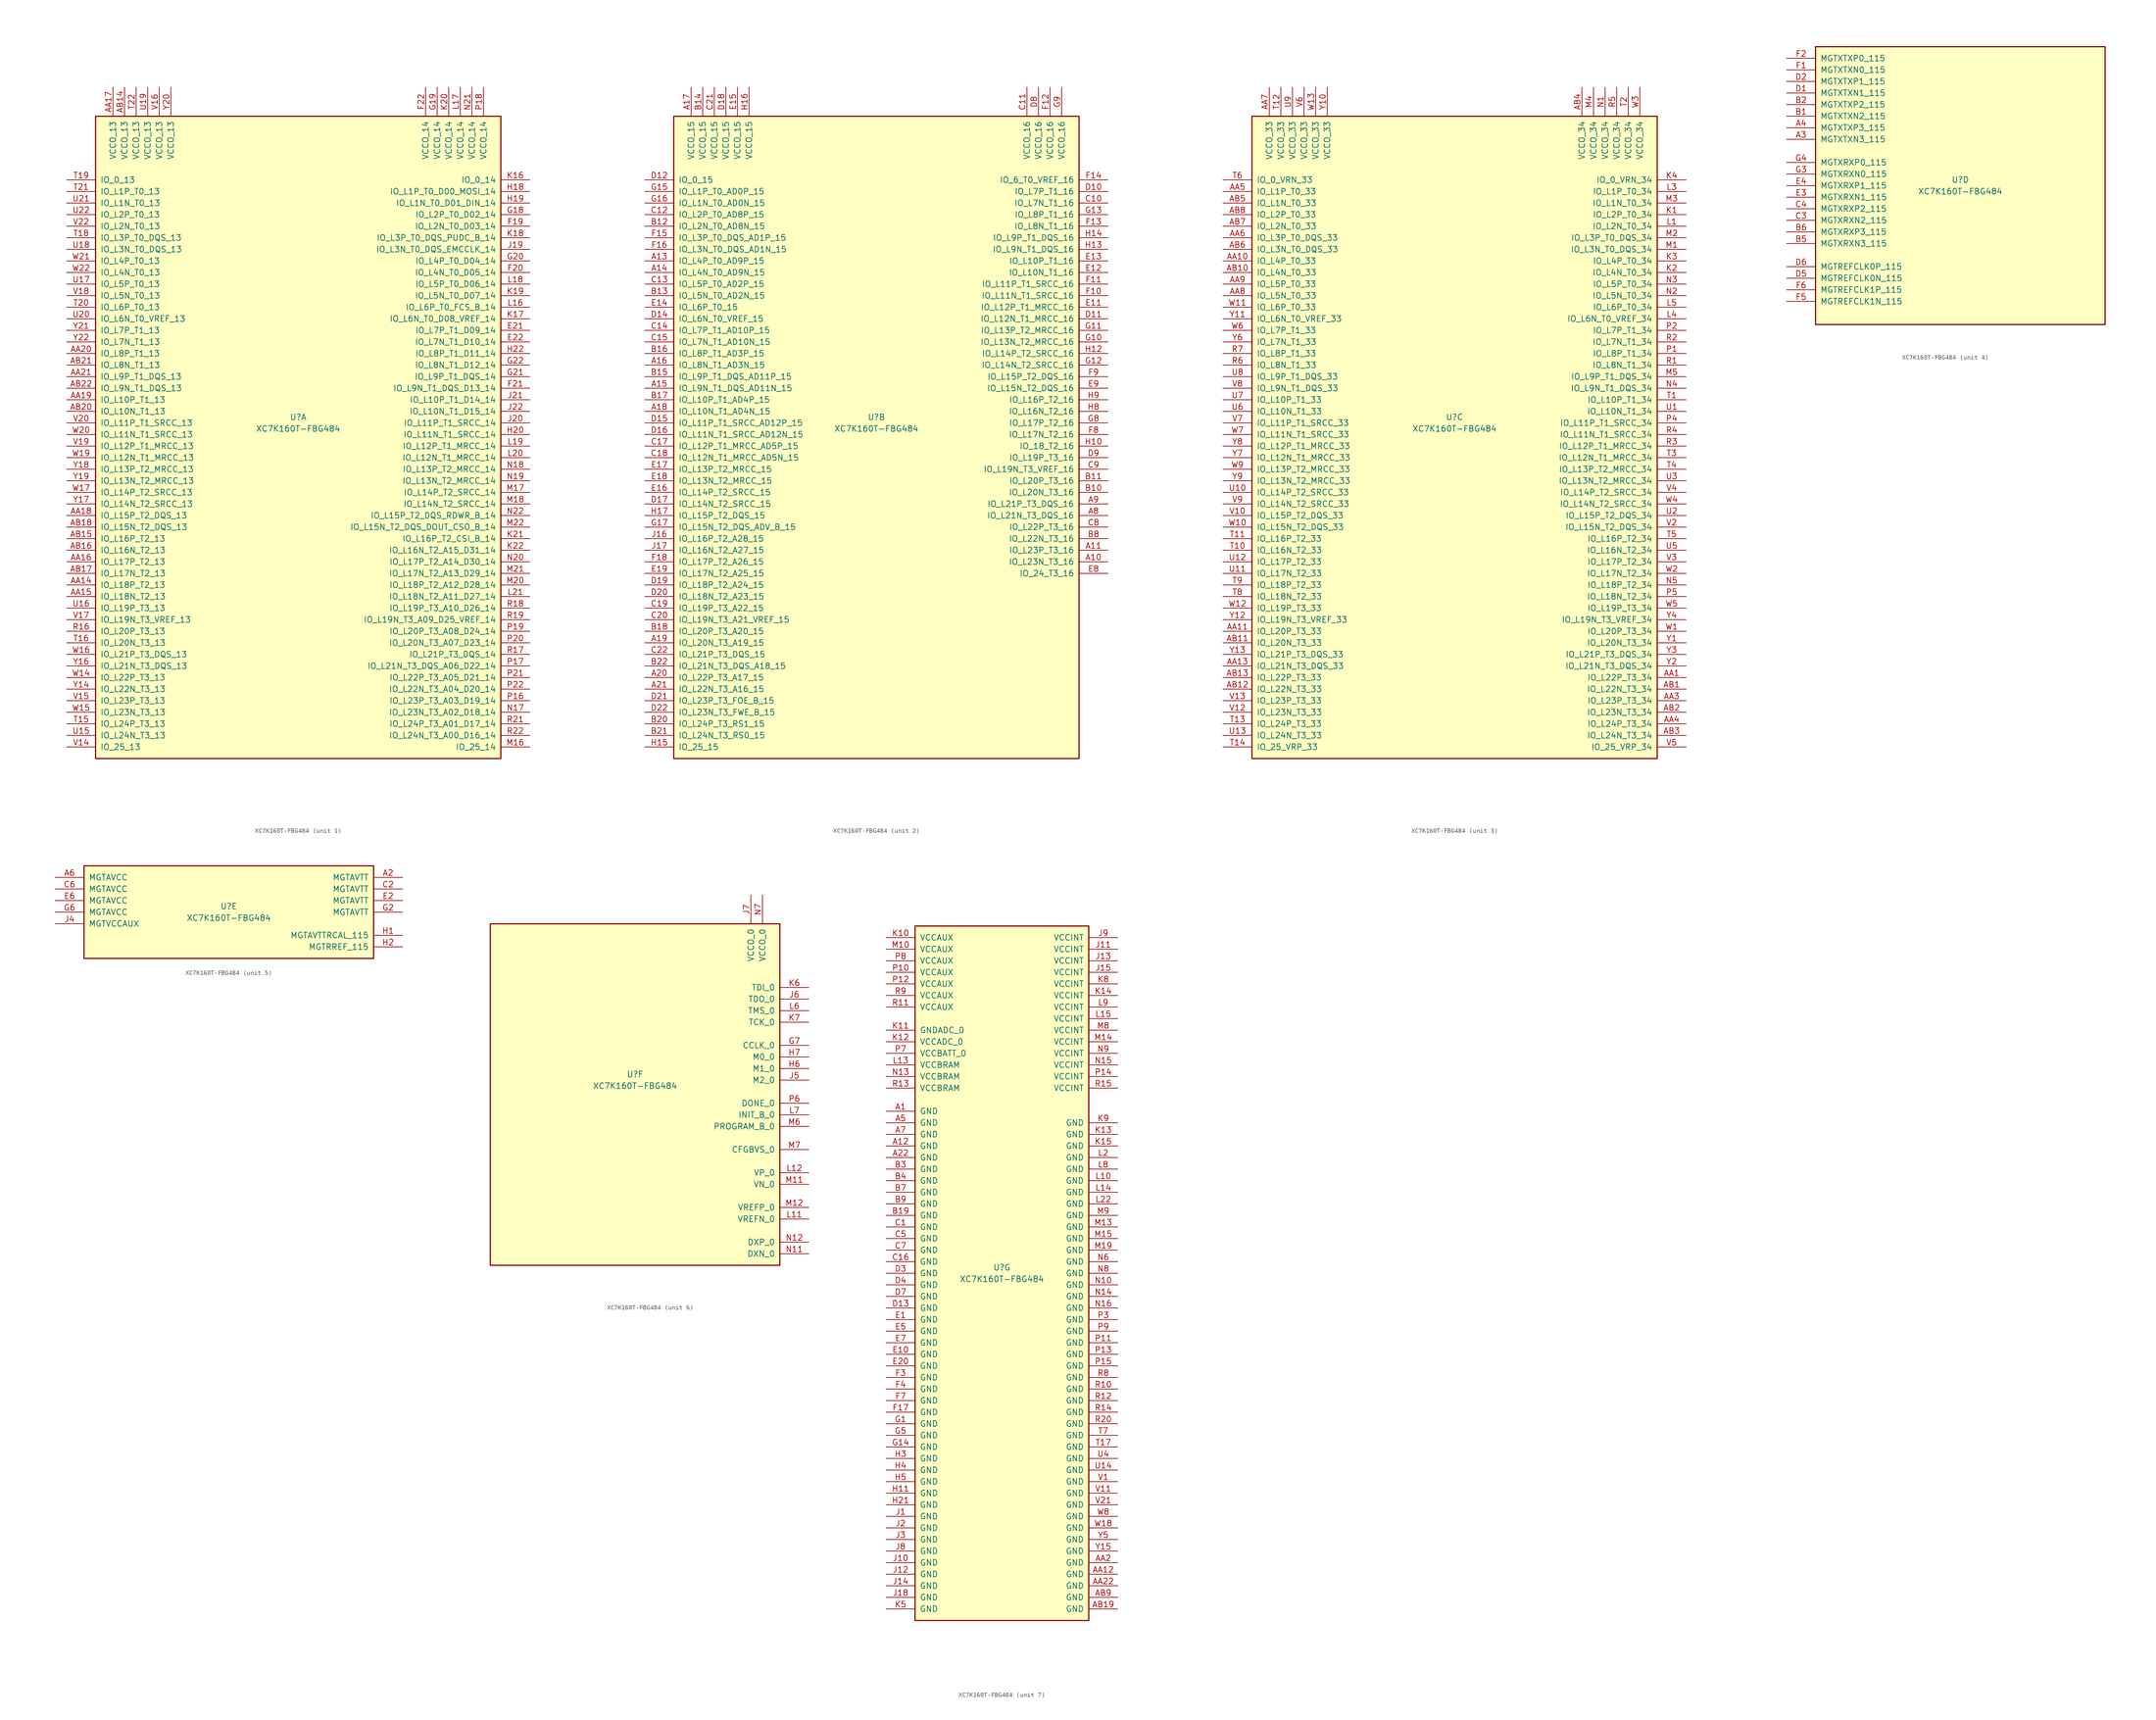
<source format=kicad_sym>
(kicad_symbol_lib
  (version 20201005)
  (generator kicad_symbol_editor)
  (symbol "XC7K160T-FBG484"
    (pin_names
      (offset 1.016))
    (property "Reference" "U"
      (at 0 1.27 0)
      (effects (font (size 1.27 1.27))))
    (property "Value" "XC7K160T-FBG484"
      (at 0 -1.27 0)
      (effects (font (size 1.27 1.27))))
    (property "Datasheet" ""
      (at 0 0 0)
      (effects (font (size 1.27 1.27))))
    (property "ki_locked" ""
      (at 0 0 0)
      (effects (font (size 1.27 1.27))))
    (symbol "XC7K160T-FBG484_1_1"
      (rectangle (start -44.45 67.31) (end 44.45 -73.66) (stroke (width 0.254)) (fill (type background)))
      (pin bidirectional line (at -50.8 -35.56 0) (length 6.35) (name "IO_L18P_T2_13" (effects (font (size 1.27 1.27)))) (number "AA14" (effects (font (size 1.27 1.27)))))
      (pin bidirectional line (at -50.8 -38.1 0) (length 6.35) (name "IO_L18N_T2_13" (effects (font (size 1.27 1.27)))) (number "AA15" (effects (font (size 1.27 1.27)))))
      (pin bidirectional line (at -50.8 -30.48 0) (length 6.35) (name "IO_L17P_T2_13" (effects (font (size 1.27 1.27)))) (number "AA16" (effects (font (size 1.27 1.27)))))
      (pin power_in line (at -40.64 73.66 270) (length 6.35) (name "VCCO_13" (effects (font (size 1.27 1.27)))) (number "AA17" (effects (font (size 1.27 1.27)))))
      (pin bidirectional line (at -50.8 -20.32 0) (length 6.35) (name "IO_L15P_T2_DQS_13" (effects (font (size 1.27 1.27)))) (number "AA18" (effects (font (size 1.27 1.27)))))
      (pin bidirectional line (at -50.8 5.08 0) (length 6.35) (name "IO_L10P_T1_13" (effects (font (size 1.27 1.27)))) (number "AA19" (effects (font (size 1.27 1.27)))))
      (pin bidirectional line (at -50.8 15.24 0) (length 6.35) (name "IO_L8P_T1_13" (effects (font (size 1.27 1.27)))) (number "AA20" (effects (font (size 1.27 1.27)))))
      (pin bidirectional line (at -50.8 10.16 0) (length 6.35) (name "IO_L9P_T1_DQS_13" (effects (font (size 1.27 1.27)))) (number "AA21" (effects (font (size 1.27 1.27)))))
      (pin power_in line (at -38.1 73.66 270) (length 6.35) (name "VCCO_13" (effects (font (size 1.27 1.27)))) (number "AB14" (effects (font (size 1.27 1.27)))))
      (pin bidirectional line (at -50.8 -25.4 0) (length 6.35) (name "IO_L16P_T2_13" (effects (font (size 1.27 1.27)))) (number "AB15" (effects (font (size 1.27 1.27)))))
      (pin bidirectional line (at -50.8 -27.94 0) (length 6.35) (name "IO_L16N_T2_13" (effects (font (size 1.27 1.27)))) (number "AB16" (effects (font (size 1.27 1.27)))))
      (pin bidirectional line (at -50.8 -33.02 0) (length 6.35) (name "IO_L17N_T2_13" (effects (font (size 1.27 1.27)))) (number "AB17" (effects (font (size 1.27 1.27)))))
      (pin bidirectional line (at -50.8 -22.86 0) (length 6.35) (name "IO_L15N_T2_DQS_13" (effects (font (size 1.27 1.27)))) (number "AB18" (effects (font (size 1.27 1.27)))))
      (pin bidirectional line (at -50.8 2.54 0) (length 6.35) (name "IO_L10N_T1_13" (effects (font (size 1.27 1.27)))) (number "AB20" (effects (font (size 1.27 1.27)))))
      (pin bidirectional line (at -50.8 12.7 0) (length 6.35) (name "IO_L8N_T1_13" (effects (font (size 1.27 1.27)))) (number "AB21" (effects (font (size 1.27 1.27)))))
      (pin bidirectional line (at -50.8 7.62 0) (length 6.35) (name "IO_L9N_T1_DQS_13" (effects (font (size 1.27 1.27)))) (number "AB22" (effects (font (size 1.27 1.27)))))
      (pin bidirectional line (at 50.8 20.32 180) (length 6.35) (name "IO_L7P_T1_D09_14" (effects (font (size 1.27 1.27)))) (number "E21" (effects (font (size 1.27 1.27)))))
      (pin bidirectional line (at 50.8 17.78 180) (length 6.35) (name "IO_L7N_T1_D10_14" (effects (font (size 1.27 1.27)))) (number "E22" (effects (font (size 1.27 1.27)))))
      (pin bidirectional line (at 50.8 43.18 180) (length 6.35) (name "IO_L2N_T0_D03_14" (effects (font (size 1.27 1.27)))) (number "F19" (effects (font (size 1.27 1.27)))))
      (pin bidirectional line (at 50.8 33.02 180) (length 6.35) (name "IO_L4N_T0_D05_14" (effects (font (size 1.27 1.27)))) (number "F20" (effects (font (size 1.27 1.27)))))
      (pin bidirectional line (at 50.8 7.62 180) (length 6.35) (name "IO_L9N_T1_DQS_D13_14" (effects (font (size 1.27 1.27)))) (number "F21" (effects (font (size 1.27 1.27)))))
      (pin power_in line (at 27.94 73.66 270) (length 6.35) (name "VCCO_14" (effects (font (size 1.27 1.27)))) (number "F22" (effects (font (size 1.27 1.27)))))
      (pin bidirectional line (at 50.8 45.72 180) (length 6.35) (name "IO_L2P_T0_D02_14" (effects (font (size 1.27 1.27)))) (number "G18" (effects (font (size 1.27 1.27)))))
      (pin power_in line (at 30.48 73.66 270) (length 6.35) (name "VCCO_14" (effects (font (size 1.27 1.27)))) (number "G19" (effects (font (size 1.27 1.27)))))
      (pin bidirectional line (at 50.8 35.56 180) (length 6.35) (name "IO_L4P_T0_D04_14" (effects (font (size 1.27 1.27)))) (number "G20" (effects (font (size 1.27 1.27)))))
      (pin bidirectional line (at 50.8 10.16 180) (length 6.35) (name "IO_L9P_T1_DQS_14" (effects (font (size 1.27 1.27)))) (number "G21" (effects (font (size 1.27 1.27)))))
      (pin bidirectional line (at 50.8 12.7 180) (length 6.35) (name "IO_L8N_T1_D12_14" (effects (font (size 1.27 1.27)))) (number "G22" (effects (font (size 1.27 1.27)))))
      (pin bidirectional line (at 50.8 50.8 180) (length 6.35) (name "IO_L1P_T0_D00_MOSI_14" (effects (font (size 1.27 1.27)))) (number "H18" (effects (font (size 1.27 1.27)))))
      (pin bidirectional line (at 50.8 48.26 180) (length 6.35) (name "IO_L1N_T0_D01_DIN_14" (effects (font (size 1.27 1.27)))) (number "H19" (effects (font (size 1.27 1.27)))))
      (pin bidirectional line (at 50.8 -2.54 180) (length 6.35) (name "IO_L11N_T1_SRCC_14" (effects (font (size 1.27 1.27)))) (number "H20" (effects (font (size 1.27 1.27)))))
      (pin bidirectional line (at 50.8 15.24 180) (length 6.35) (name "IO_L8P_T1_D11_14" (effects (font (size 1.27 1.27)))) (number "H22" (effects (font (size 1.27 1.27)))))
      (pin bidirectional line (at 50.8 38.1 180) (length 6.35) (name "IO_L3N_T0_DQS_EMCCLK_14" (effects (font (size 1.27 1.27)))) (number "J19" (effects (font (size 1.27 1.27)))))
      (pin bidirectional line (at 50.8 0 180) (length 6.35) (name "IO_L11P_T1_SRCC_14" (effects (font (size 1.27 1.27)))) (number "J20" (effects (font (size 1.27 1.27)))))
      (pin bidirectional line (at 50.8 5.08 180) (length 6.35) (name "IO_L10P_T1_D14_14" (effects (font (size 1.27 1.27)))) (number "J21" (effects (font (size 1.27 1.27)))))
      (pin bidirectional line (at 50.8 2.54 180) (length 6.35) (name "IO_L10N_T1_D15_14" (effects (font (size 1.27 1.27)))) (number "J22" (effects (font (size 1.27 1.27)))))
      (pin bidirectional line (at 50.8 53.34 180) (length 6.35) (name "IO_0_14" (effects (font (size 1.27 1.27)))) (number "K16" (effects (font (size 1.27 1.27)))))
      (pin bidirectional line (at 50.8 22.86 180) (length 6.35) (name "IO_L6N_T0_D08_VREF_14" (effects (font (size 1.27 1.27)))) (number "K17" (effects (font (size 1.27 1.27)))))
      (pin bidirectional line (at 50.8 40.64 180) (length 6.35) (name "IO_L3P_T0_DQS_PUDC_B_14" (effects (font (size 1.27 1.27)))) (number "K18" (effects (font (size 1.27 1.27)))))
      (pin bidirectional line (at 50.8 27.94 180) (length 6.35) (name "IO_L5N_T0_D07_14" (effects (font (size 1.27 1.27)))) (number "K19" (effects (font (size 1.27 1.27)))))
      (pin power_in line (at 33.02 73.66 270) (length 6.35) (name "VCCO_14" (effects (font (size 1.27 1.27)))) (number "K20" (effects (font (size 1.27 1.27)))))
      (pin bidirectional line (at 50.8 -25.4 180) (length 6.35) (name "IO_L16P_T2_CSI_B_14" (effects (font (size 1.27 1.27)))) (number "K21" (effects (font (size 1.27 1.27)))))
      (pin bidirectional line (at 50.8 -27.94 180) (length 6.35) (name "IO_L16N_T2_A15_D31_14" (effects (font (size 1.27 1.27)))) (number "K22" (effects (font (size 1.27 1.27)))))
      (pin bidirectional line (at 50.8 25.4 180) (length 6.35) (name "IO_L6P_T0_FCS_B_14" (effects (font (size 1.27 1.27)))) (number "L16" (effects (font (size 1.27 1.27)))))
      (pin power_in line (at 35.56 73.66 270) (length 6.35) (name "VCCO_14" (effects (font (size 1.27 1.27)))) (number "L17" (effects (font (size 1.27 1.27)))))
      (pin bidirectional line (at 50.8 30.48 180) (length 6.35) (name "IO_L5P_T0_D06_14" (effects (font (size 1.27 1.27)))) (number "L18" (effects (font (size 1.27 1.27)))))
      (pin bidirectional line (at 50.8 -5.08 180) (length 6.35) (name "IO_L12P_T1_MRCC_14" (effects (font (size 1.27 1.27)))) (number "L19" (effects (font (size 1.27 1.27)))))
      (pin bidirectional line (at 50.8 -7.62 180) (length 6.35) (name "IO_L12N_T1_MRCC_14" (effects (font (size 1.27 1.27)))) (number "L20" (effects (font (size 1.27 1.27)))))
      (pin bidirectional line (at 50.8 -38.1 180) (length 6.35) (name "IO_L18N_T2_A11_D27_14" (effects (font (size 1.27 1.27)))) (number "L21" (effects (font (size 1.27 1.27)))))
      (pin bidirectional line (at 50.8 -71.12 180) (length 6.35) (name "IO_25_14" (effects (font (size 1.27 1.27)))) (number "M16" (effects (font (size 1.27 1.27)))))
      (pin bidirectional line (at 50.8 -15.24 180) (length 6.35) (name "IO_L14P_T2_SRCC_14" (effects (font (size 1.27 1.27)))) (number "M17" (effects (font (size 1.27 1.27)))))
      (pin bidirectional line (at 50.8 -17.78 180) (length 6.35) (name "IO_L14N_T2_SRCC_14" (effects (font (size 1.27 1.27)))) (number "M18" (effects (font (size 1.27 1.27)))))
      (pin bidirectional line (at 50.8 -35.56 180) (length 6.35) (name "IO_L18P_T2_A12_D28_14" (effects (font (size 1.27 1.27)))) (number "M20" (effects (font (size 1.27 1.27)))))
      (pin bidirectional line (at 50.8 -33.02 180) (length 6.35) (name "IO_L17N_T2_A13_D29_14" (effects (font (size 1.27 1.27)))) (number "M21" (effects (font (size 1.27 1.27)))))
      (pin bidirectional line (at 50.8 -22.86 180) (length 6.35) (name "IO_L15N_T2_DQS_DOUT_CSO_B_14" (effects (font (size 1.27 1.27)))) (number "M22" (effects (font (size 1.27 1.27)))))
      (pin bidirectional line (at 50.8 -63.5 180) (length 6.35) (name "IO_L23N_T3_A02_D18_14" (effects (font (size 1.27 1.27)))) (number "N17" (effects (font (size 1.27 1.27)))))
      (pin bidirectional line (at 50.8 -10.16 180) (length 6.35) (name "IO_L13P_T2_MRCC_14" (effects (font (size 1.27 1.27)))) (number "N18" (effects (font (size 1.27 1.27)))))
      (pin bidirectional line (at 50.8 -12.7 180) (length 6.35) (name "IO_L13N_T2_MRCC_14" (effects (font (size 1.27 1.27)))) (number "N19" (effects (font (size 1.27 1.27)))))
      (pin bidirectional line (at 50.8 -30.48 180) (length 6.35) (name "IO_L17P_T2_A14_D30_14" (effects (font (size 1.27 1.27)))) (number "N20" (effects (font (size 1.27 1.27)))))
      (pin power_in line (at 38.1 73.66 270) (length 6.35) (name "VCCO_14" (effects (font (size 1.27 1.27)))) (number "N21" (effects (font (size 1.27 1.27)))))
      (pin bidirectional line (at 50.8 -20.32 180) (length 6.35) (name "IO_L15P_T2_DQS_RDWR_B_14" (effects (font (size 1.27 1.27)))) (number "N22" (effects (font (size 1.27 1.27)))))
      (pin bidirectional line (at 50.8 -60.96 180) (length 6.35) (name "IO_L23P_T3_A03_D19_14" (effects (font (size 1.27 1.27)))) (number "P16" (effects (font (size 1.27 1.27)))))
      (pin bidirectional line (at 50.8 -53.34 180) (length 6.35) (name "IO_L21N_T3_DQS_A06_D22_14" (effects (font (size 1.27 1.27)))) (number "P17" (effects (font (size 1.27 1.27)))))
      (pin power_in line (at 40.64 73.66 270) (length 6.35) (name "VCCO_14" (effects (font (size 1.27 1.27)))) (number "P18" (effects (font (size 1.27 1.27)))))
      (pin bidirectional line (at 50.8 -45.72 180) (length 6.35) (name "IO_L20P_T3_A08_D24_14" (effects (font (size 1.27 1.27)))) (number "P19" (effects (font (size 1.27 1.27)))))
      (pin bidirectional line (at 50.8 -48.26 180) (length 6.35) (name "IO_L20N_T3_A07_D23_14" (effects (font (size 1.27 1.27)))) (number "P20" (effects (font (size 1.27 1.27)))))
      (pin bidirectional line (at 50.8 -55.88 180) (length 6.35) (name "IO_L22P_T3_A05_D21_14" (effects (font (size 1.27 1.27)))) (number "P21" (effects (font (size 1.27 1.27)))))
      (pin bidirectional line (at 50.8 -58.42 180) (length 6.35) (name "IO_L22N_T3_A04_D20_14" (effects (font (size 1.27 1.27)))) (number "P22" (effects (font (size 1.27 1.27)))))
      (pin bidirectional line (at -50.8 -45.72 0) (length 6.35) (name "IO_L20P_T3_13" (effects (font (size 1.27 1.27)))) (number "R16" (effects (font (size 1.27 1.27)))))
      (pin bidirectional line (at 50.8 -50.8 180) (length 6.35) (name "IO_L21P_T3_DQS_14" (effects (font (size 1.27 1.27)))) (number "R17" (effects (font (size 1.27 1.27)))))
      (pin bidirectional line (at 50.8 -40.64 180) (length 6.35) (name "IO_L19P_T3_A10_D26_14" (effects (font (size 1.27 1.27)))) (number "R18" (effects (font (size 1.27 1.27)))))
      (pin bidirectional line (at 50.8 -43.18 180) (length 6.35) (name "IO_L19N_T3_A09_D25_VREF_14" (effects (font (size 1.27 1.27)))) (number "R19" (effects (font (size 1.27 1.27)))))
      (pin bidirectional line (at 50.8 -66.04 180) (length 6.35) (name "IO_L24P_T3_A01_D17_14" (effects (font (size 1.27 1.27)))) (number "R21" (effects (font (size 1.27 1.27)))))
      (pin bidirectional line (at 50.8 -68.58 180) (length 6.35) (name "IO_L24N_T3_A00_D16_14" (effects (font (size 1.27 1.27)))) (number "R22" (effects (font (size 1.27 1.27)))))
      (pin bidirectional line (at -50.8 -66.04 0) (length 6.35) (name "IO_L24P_T3_13" (effects (font (size 1.27 1.27)))) (number "T15" (effects (font (size 1.27 1.27)))))
      (pin bidirectional line (at -50.8 -48.26 0) (length 6.35) (name "IO_L20N_T3_13" (effects (font (size 1.27 1.27)))) (number "T16" (effects (font (size 1.27 1.27)))))
      (pin bidirectional line (at -50.8 40.64 0) (length 6.35) (name "IO_L3P_T0_DQS_13" (effects (font (size 1.27 1.27)))) (number "T18" (effects (font (size 1.27 1.27)))))
      (pin bidirectional line (at -50.8 53.34 0) (length 6.35) (name "IO_0_13" (effects (font (size 1.27 1.27)))) (number "T19" (effects (font (size 1.27 1.27)))))
      (pin bidirectional line (at -50.8 25.4 0) (length 6.35) (name "IO_L6P_T0_13" (effects (font (size 1.27 1.27)))) (number "T20" (effects (font (size 1.27 1.27)))))
      (pin bidirectional line (at -50.8 50.8 0) (length 6.35) (name "IO_L1P_T0_13" (effects (font (size 1.27 1.27)))) (number "T21" (effects (font (size 1.27 1.27)))))
      (pin power_in line (at -35.56 73.66 270) (length 6.35) (name "VCCO_13" (effects (font (size 1.27 1.27)))) (number "T22" (effects (font (size 1.27 1.27)))))
      (pin bidirectional line (at -50.8 -68.58 0) (length 6.35) (name "IO_L24N_T3_13" (effects (font (size 1.27 1.27)))) (number "U15" (effects (font (size 1.27 1.27)))))
      (pin bidirectional line (at -50.8 -40.64 0) (length 6.35) (name "IO_L19P_T3_13" (effects (font (size 1.27 1.27)))) (number "U16" (effects (font (size 1.27 1.27)))))
      (pin bidirectional line (at -50.8 30.48 0) (length 6.35) (name "IO_L5P_T0_13" (effects (font (size 1.27 1.27)))) (number "U17" (effects (font (size 1.27 1.27)))))
      (pin bidirectional line (at -50.8 38.1 0) (length 6.35) (name "IO_L3N_T0_DQS_13" (effects (font (size 1.27 1.27)))) (number "U18" (effects (font (size 1.27 1.27)))))
      (pin power_in line (at -33.02 73.66 270) (length 6.35) (name "VCCO_13" (effects (font (size 1.27 1.27)))) (number "U19" (effects (font (size 1.27 1.27)))))
      (pin bidirectional line (at -50.8 22.86 0) (length 6.35) (name "IO_L6N_T0_VREF_13" (effects (font (size 1.27 1.27)))) (number "U20" (effects (font (size 1.27 1.27)))))
      (pin bidirectional line (at -50.8 48.26 0) (length 6.35) (name "IO_L1N_T0_13" (effects (font (size 1.27 1.27)))) (number "U21" (effects (font (size 1.27 1.27)))))
      (pin bidirectional line (at -50.8 45.72 0) (length 6.35) (name "IO_L2P_T0_13" (effects (font (size 1.27 1.27)))) (number "U22" (effects (font (size 1.27 1.27)))))
      (pin bidirectional line (at -50.8 -71.12 0) (length 6.35) (name "IO_25_13" (effects (font (size 1.27 1.27)))) (number "V14" (effects (font (size 1.27 1.27)))))
      (pin bidirectional line (at -50.8 -60.96 0) (length 6.35) (name "IO_L23P_T3_13" (effects (font (size 1.27 1.27)))) (number "V15" (effects (font (size 1.27 1.27)))))
      (pin power_in line (at -30.48 73.66 270) (length 6.35) (name "VCCO_13" (effects (font (size 1.27 1.27)))) (number "V16" (effects (font (size 1.27 1.27)))))
      (pin bidirectional line (at -50.8 -43.18 0) (length 6.35) (name "IO_L19N_T3_VREF_13" (effects (font (size 1.27 1.27)))) (number "V17" (effects (font (size 1.27 1.27)))))
      (pin bidirectional line (at -50.8 27.94 0) (length 6.35) (name "IO_L5N_T0_13" (effects (font (size 1.27 1.27)))) (number "V18" (effects (font (size 1.27 1.27)))))
      (pin bidirectional line (at -50.8 -5.08 0) (length 6.35) (name "IO_L12P_T1_MRCC_13" (effects (font (size 1.27 1.27)))) (number "V19" (effects (font (size 1.27 1.27)))))
      (pin bidirectional line (at -50.8 0 0) (length 6.35) (name "IO_L11P_T1_SRCC_13" (effects (font (size 1.27 1.27)))) (number "V20" (effects (font (size 1.27 1.27)))))
      (pin bidirectional line (at -50.8 43.18 0) (length 6.35) (name "IO_L2N_T0_13" (effects (font (size 1.27 1.27)))) (number "V22" (effects (font (size 1.27 1.27)))))
      (pin bidirectional line (at -50.8 -55.88 0) (length 6.35) (name "IO_L22P_T3_13" (effects (font (size 1.27 1.27)))) (number "W14" (effects (font (size 1.27 1.27)))))
      (pin bidirectional line (at -50.8 -63.5 0) (length 6.35) (name "IO_L23N_T3_13" (effects (font (size 1.27 1.27)))) (number "W15" (effects (font (size 1.27 1.27)))))
      (pin bidirectional line (at -50.8 -50.8 0) (length 6.35) (name "IO_L21P_T3_DQS_13" (effects (font (size 1.27 1.27)))) (number "W16" (effects (font (size 1.27 1.27)))))
      (pin bidirectional line (at -50.8 -15.24 0) (length 6.35) (name "IO_L14P_T2_SRCC_13" (effects (font (size 1.27 1.27)))) (number "W17" (effects (font (size 1.27 1.27)))))
      (pin bidirectional line (at -50.8 -7.62 0) (length 6.35) (name "IO_L12N_T1_MRCC_13" (effects (font (size 1.27 1.27)))) (number "W19" (effects (font (size 1.27 1.27)))))
      (pin bidirectional line (at -50.8 -2.54 0) (length 6.35) (name "IO_L11N_T1_SRCC_13" (effects (font (size 1.27 1.27)))) (number "W20" (effects (font (size 1.27 1.27)))))
      (pin bidirectional line (at -50.8 35.56 0) (length 6.35) (name "IO_L4P_T0_13" (effects (font (size 1.27 1.27)))) (number "W21" (effects (font (size 1.27 1.27)))))
      (pin bidirectional line (at -50.8 33.02 0) (length 6.35) (name "IO_L4N_T0_13" (effects (font (size 1.27 1.27)))) (number "W22" (effects (font (size 1.27 1.27)))))
      (pin bidirectional line (at -50.8 -58.42 0) (length 6.35) (name "IO_L22N_T3_13" (effects (font (size 1.27 1.27)))) (number "Y14" (effects (font (size 1.27 1.27)))))
      (pin bidirectional line (at -50.8 -53.34 0) (length 6.35) (name "IO_L21N_T3_DQS_13" (effects (font (size 1.27 1.27)))) (number "Y16" (effects (font (size 1.27 1.27)))))
      (pin bidirectional line (at -50.8 -17.78 0) (length 6.35) (name "IO_L14N_T2_SRCC_13" (effects (font (size 1.27 1.27)))) (number "Y17" (effects (font (size 1.27 1.27)))))
      (pin bidirectional line (at -50.8 -10.16 0) (length 6.35) (name "IO_L13P_T2_MRCC_13" (effects (font (size 1.27 1.27)))) (number "Y18" (effects (font (size 1.27 1.27)))))
      (pin bidirectional line (at -50.8 -12.7 0) (length 6.35) (name "IO_L13N_T2_MRCC_13" (effects (font (size 1.27 1.27)))) (number "Y19" (effects (font (size 1.27 1.27)))))
      (pin power_in line (at -27.94 73.66 270) (length 6.35) (name "VCCO_13" (effects (font (size 1.27 1.27)))) (number "Y20" (effects (font (size 1.27 1.27)))))
      (pin bidirectional line (at -50.8 20.32 0) (length 6.35) (name "IO_L7P_T1_13" (effects (font (size 1.27 1.27)))) (number "Y21" (effects (font (size 1.27 1.27)))))
      (pin bidirectional line (at -50.8 17.78 0) (length 6.35) (name "IO_L7N_T1_13" (effects (font (size 1.27 1.27)))) (number "Y22" (effects (font (size 1.27 1.27))))))
    (symbol "XC7K160T-FBG484_2_1"
      (rectangle (start -44.45 67.31) (end 44.45 -73.66) (stroke (width 0.254)) (fill (type background)))
      (pin bidirectional line (at 50.8 -30.48 180) (length 6.35) (name "IO_L23N_T3_16" (effects (font (size 1.27 1.27)))) (number "A10" (effects (font (size 1.27 1.27)))))
      (pin bidirectional line (at 50.8 -27.94 180) (length 6.35) (name "IO_L23P_T3_16" (effects (font (size 1.27 1.27)))) (number "A11" (effects (font (size 1.27 1.27)))))
      (pin bidirectional line (at -50.8 35.56 0) (length 6.35) (name "IO_L4P_T0_AD9P_15" (effects (font (size 1.27 1.27)))) (number "A13" (effects (font (size 1.27 1.27)))))
      (pin bidirectional line (at -50.8 33.02 0) (length 6.35) (name "IO_L4N_T0_AD9N_15" (effects (font (size 1.27 1.27)))) (number "A14" (effects (font (size 1.27 1.27)))))
      (pin bidirectional line (at -50.8 7.62 0) (length 6.35) (name "IO_L9N_T1_DQS_AD11N_15" (effects (font (size 1.27 1.27)))) (number "A15" (effects (font (size 1.27 1.27)))))
      (pin bidirectional line (at -50.8 12.7 0) (length 6.35) (name "IO_L8N_T1_AD3N_15" (effects (font (size 1.27 1.27)))) (number "A16" (effects (font (size 1.27 1.27)))))
      (pin power_in line (at -40.64 73.66 270) (length 6.35) (name "VCCO_15" (effects (font (size 1.27 1.27)))) (number "A17" (effects (font (size 1.27 1.27)))))
      (pin bidirectional line (at -50.8 2.54 0) (length 6.35) (name "IO_L10N_T1_AD4N_15" (effects (font (size 1.27 1.27)))) (number "A18" (effects (font (size 1.27 1.27)))))
      (pin bidirectional line (at -50.8 -48.26 0) (length 6.35) (name "IO_L20N_T3_A19_15" (effects (font (size 1.27 1.27)))) (number "A19" (effects (font (size 1.27 1.27)))))
      (pin bidirectional line (at -50.8 -55.88 0) (length 6.35) (name "IO_L22P_T3_A17_15" (effects (font (size 1.27 1.27)))) (number "A20" (effects (font (size 1.27 1.27)))))
      (pin bidirectional line (at -50.8 -58.42 0) (length 6.35) (name "IO_L22N_T3_A16_15" (effects (font (size 1.27 1.27)))) (number "A21" (effects (font (size 1.27 1.27)))))
      (pin bidirectional line (at 50.8 -20.32 180) (length 6.35) (name "IO_L21N_T3_DQS_16" (effects (font (size 1.27 1.27)))) (number "A8" (effects (font (size 1.27 1.27)))))
      (pin bidirectional line (at 50.8 -17.78 180) (length 6.35) (name "IO_L21P_T3_DQS_16" (effects (font (size 1.27 1.27)))) (number "A9" (effects (font (size 1.27 1.27)))))
      (pin bidirectional line (at 50.8 -15.24 180) (length 6.35) (name "IO_L20N_T3_16" (effects (font (size 1.27 1.27)))) (number "B10" (effects (font (size 1.27 1.27)))))
      (pin bidirectional line (at 50.8 -12.7 180) (length 6.35) (name "IO_L20P_T3_16" (effects (font (size 1.27 1.27)))) (number "B11" (effects (font (size 1.27 1.27)))))
      (pin bidirectional line (at -50.8 43.18 0) (length 6.35) (name "IO_L2N_T0_AD8N_15" (effects (font (size 1.27 1.27)))) (number "B12" (effects (font (size 1.27 1.27)))))
      (pin bidirectional line (at -50.8 27.94 0) (length 6.35) (name "IO_L5N_T0_AD2N_15" (effects (font (size 1.27 1.27)))) (number "B13" (effects (font (size 1.27 1.27)))))
      (pin power_in line (at -38.1 73.66 270) (length 6.35) (name "VCCO_15" (effects (font (size 1.27 1.27)))) (number "B14" (effects (font (size 1.27 1.27)))))
      (pin bidirectional line (at -50.8 10.16 0) (length 6.35) (name "IO_L9P_T1_DQS_AD11P_15" (effects (font (size 1.27 1.27)))) (number "B15" (effects (font (size 1.27 1.27)))))
      (pin bidirectional line (at -50.8 15.24 0) (length 6.35) (name "IO_L8P_T1_AD3P_15" (effects (font (size 1.27 1.27)))) (number "B16" (effects (font (size 1.27 1.27)))))
      (pin bidirectional line (at -50.8 5.08 0) (length 6.35) (name "IO_L10P_T1_AD4P_15" (effects (font (size 1.27 1.27)))) (number "B17" (effects (font (size 1.27 1.27)))))
      (pin bidirectional line (at -50.8 -45.72 0) (length 6.35) (name "IO_L20P_T3_A20_15" (effects (font (size 1.27 1.27)))) (number "B18" (effects (font (size 1.27 1.27)))))
      (pin bidirectional line (at -50.8 -66.04 0) (length 6.35) (name "IO_L24P_T3_RS1_15" (effects (font (size 1.27 1.27)))) (number "B20" (effects (font (size 1.27 1.27)))))
      (pin bidirectional line (at -50.8 -68.58 0) (length 6.35) (name "IO_L24N_T3_RS0_15" (effects (font (size 1.27 1.27)))) (number "B21" (effects (font (size 1.27 1.27)))))
      (pin bidirectional line (at -50.8 -53.34 0) (length 6.35) (name "IO_L21N_T3_DQS_A18_15" (effects (font (size 1.27 1.27)))) (number "B22" (effects (font (size 1.27 1.27)))))
      (pin bidirectional line (at 50.8 -25.4 180) (length 6.35) (name "IO_L22N_T3_16" (effects (font (size 1.27 1.27)))) (number "B8" (effects (font (size 1.27 1.27)))))
      (pin bidirectional line (at 50.8 48.26 180) (length 6.35) (name "IO_L7N_T1_16" (effects (font (size 1.27 1.27)))) (number "C10" (effects (font (size 1.27 1.27)))))
      (pin power_in line (at 33.02 73.66 270) (length 6.35) (name "VCCO_16" (effects (font (size 1.27 1.27)))) (number "C11" (effects (font (size 1.27 1.27)))))
      (pin bidirectional line (at -50.8 45.72 0) (length 6.35) (name "IO_L2P_T0_AD8P_15" (effects (font (size 1.27 1.27)))) (number "C12" (effects (font (size 1.27 1.27)))))
      (pin bidirectional line (at -50.8 30.48 0) (length 6.35) (name "IO_L5P_T0_AD2P_15" (effects (font (size 1.27 1.27)))) (number "C13" (effects (font (size 1.27 1.27)))))
      (pin bidirectional line (at -50.8 20.32 0) (length 6.35) (name "IO_L7P_T1_AD10P_15" (effects (font (size 1.27 1.27)))) (number "C14" (effects (font (size 1.27 1.27)))))
      (pin bidirectional line (at -50.8 17.78 0) (length 6.35) (name "IO_L7N_T1_AD10N_15" (effects (font (size 1.27 1.27)))) (number "C15" (effects (font (size 1.27 1.27)))))
      (pin bidirectional line (at -50.8 -5.08 0) (length 6.35) (name "IO_L12P_T1_MRCC_AD5P_15" (effects (font (size 1.27 1.27)))) (number "C17" (effects (font (size 1.27 1.27)))))
      (pin bidirectional line (at -50.8 -7.62 0) (length 6.35) (name "IO_L12N_T1_MRCC_AD5N_15" (effects (font (size 1.27 1.27)))) (number "C18" (effects (font (size 1.27 1.27)))))
      (pin bidirectional line (at -50.8 -40.64 0) (length 6.35) (name "IO_L19P_T3_A22_15" (effects (font (size 1.27 1.27)))) (number "C19" (effects (font (size 1.27 1.27)))))
      (pin bidirectional line (at -50.8 -43.18 0) (length 6.35) (name "IO_L19N_T3_A21_VREF_15" (effects (font (size 1.27 1.27)))) (number "C20" (effects (font (size 1.27 1.27)))))
      (pin power_in line (at -35.56 73.66 270) (length 6.35) (name "VCCO_15" (effects (font (size 1.27 1.27)))) (number "C21" (effects (font (size 1.27 1.27)))))
      (pin bidirectional line (at -50.8 -50.8 0) (length 6.35) (name "IO_L21P_T3_DQS_15" (effects (font (size 1.27 1.27)))) (number "C22" (effects (font (size 1.27 1.27)))))
      (pin bidirectional line (at 50.8 -22.86 180) (length 6.35) (name "IO_L22P_T3_16" (effects (font (size 1.27 1.27)))) (number "C8" (effects (font (size 1.27 1.27)))))
      (pin bidirectional line (at 50.8 -10.16 180) (length 6.35) (name "IO_L19N_T3_VREF_16" (effects (font (size 1.27 1.27)))) (number "C9" (effects (font (size 1.27 1.27)))))
      (pin bidirectional line (at 50.8 50.8 180) (length 6.35) (name "IO_L7P_T1_16" (effects (font (size 1.27 1.27)))) (number "D10" (effects (font (size 1.27 1.27)))))
      (pin bidirectional line (at 50.8 22.86 180) (length 6.35) (name "IO_L12N_T1_MRCC_16" (effects (font (size 1.27 1.27)))) (number "D11" (effects (font (size 1.27 1.27)))))
      (pin bidirectional line (at -50.8 53.34 0) (length 6.35) (name "IO_0_15" (effects (font (size 1.27 1.27)))) (number "D12" (effects (font (size 1.27 1.27)))))
      (pin bidirectional line (at -50.8 22.86 0) (length 6.35) (name "IO_L6N_T0_VREF_15" (effects (font (size 1.27 1.27)))) (number "D14" (effects (font (size 1.27 1.27)))))
      (pin bidirectional line (at -50.8 0 0) (length 6.35) (name "IO_L11P_T1_SRCC_AD12P_15" (effects (font (size 1.27 1.27)))) (number "D15" (effects (font (size 1.27 1.27)))))
      (pin bidirectional line (at -50.8 -2.54 0) (length 6.35) (name "IO_L11N_T1_SRCC_AD12N_15" (effects (font (size 1.27 1.27)))) (number "D16" (effects (font (size 1.27 1.27)))))
      (pin bidirectional line (at -50.8 -17.78 0) (length 6.35) (name "IO_L14N_T2_SRCC_15" (effects (font (size 1.27 1.27)))) (number "D17" (effects (font (size 1.27 1.27)))))
      (pin power_in line (at -33.02 73.66 270) (length 6.35) (name "VCCO_15" (effects (font (size 1.27 1.27)))) (number "D18" (effects (font (size 1.27 1.27)))))
      (pin bidirectional line (at -50.8 -35.56 0) (length 6.35) (name "IO_L18P_T2_A24_15" (effects (font (size 1.27 1.27)))) (number "D19" (effects (font (size 1.27 1.27)))))
      (pin bidirectional line (at -50.8 -38.1 0) (length 6.35) (name "IO_L18N_T2_A23_15" (effects (font (size 1.27 1.27)))) (number "D20" (effects (font (size 1.27 1.27)))))
      (pin bidirectional line (at -50.8 -60.96 0) (length 6.35) (name "IO_L23P_T3_FOE_B_15" (effects (font (size 1.27 1.27)))) (number "D21" (effects (font (size 1.27 1.27)))))
      (pin bidirectional line (at -50.8 -63.5 0) (length 6.35) (name "IO_L23N_T3_FWE_B_15" (effects (font (size 1.27 1.27)))) (number "D22" (effects (font (size 1.27 1.27)))))
      (pin power_in line (at 35.56 73.66 270) (length 6.35) (name "VCCO_16" (effects (font (size 1.27 1.27)))) (number "D8" (effects (font (size 1.27 1.27)))))
      (pin bidirectional line (at 50.8 -7.62 180) (length 6.35) (name "IO_L19P_T3_16" (effects (font (size 1.27 1.27)))) (number "D9" (effects (font (size 1.27 1.27)))))
      (pin bidirectional line (at 50.8 25.4 180) (length 6.35) (name "IO_L12P_T1_MRCC_16" (effects (font (size 1.27 1.27)))) (number "E11" (effects (font (size 1.27 1.27)))))
      (pin bidirectional line (at 50.8 33.02 180) (length 6.35) (name "IO_L10N_T1_16" (effects (font (size 1.27 1.27)))) (number "E12" (effects (font (size 1.27 1.27)))))
      (pin bidirectional line (at 50.8 35.56 180) (length 6.35) (name "IO_L10P_T1_16" (effects (font (size 1.27 1.27)))) (number "E13" (effects (font (size 1.27 1.27)))))
      (pin bidirectional line (at -50.8 25.4 0) (length 6.35) (name "IO_L6P_T0_15" (effects (font (size 1.27 1.27)))) (number "E14" (effects (font (size 1.27 1.27)))))
      (pin power_in line (at -30.48 73.66 270) (length 6.35) (name "VCCO_15" (effects (font (size 1.27 1.27)))) (number "E15" (effects (font (size 1.27 1.27)))))
      (pin bidirectional line (at -50.8 -15.24 0) (length 6.35) (name "IO_L14P_T2_SRCC_15" (effects (font (size 1.27 1.27)))) (number "E16" (effects (font (size 1.27 1.27)))))
      (pin bidirectional line (at -50.8 -10.16 0) (length 6.35) (name "IO_L13P_T2_MRCC_15" (effects (font (size 1.27 1.27)))) (number "E17" (effects (font (size 1.27 1.27)))))
      (pin bidirectional line (at -50.8 -12.7 0) (length 6.35) (name "IO_L13N_T2_MRCC_15" (effects (font (size 1.27 1.27)))) (number "E18" (effects (font (size 1.27 1.27)))))
      (pin bidirectional line (at -50.8 -33.02 0) (length 6.35) (name "IO_L17N_T2_A25_15" (effects (font (size 1.27 1.27)))) (number "E19" (effects (font (size 1.27 1.27)))))
      (pin bidirectional line (at 50.8 -33.02 180) (length 6.35) (name "IO_24_T3_16" (effects (font (size 1.27 1.27)))) (number "E8" (effects (font (size 1.27 1.27)))))
      (pin bidirectional line (at 50.8 7.62 180) (length 6.35) (name "IO_L15N_T2_DQS_16" (effects (font (size 1.27 1.27)))) (number "E9" (effects (font (size 1.27 1.27)))))
      (pin bidirectional line (at 50.8 27.94 180) (length 6.35) (name "IO_L11N_T1_SRCC_16" (effects (font (size 1.27 1.27)))) (number "F10" (effects (font (size 1.27 1.27)))))
      (pin bidirectional line (at 50.8 30.48 180) (length 6.35) (name "IO_L11P_T1_SRCC_16" (effects (font (size 1.27 1.27)))) (number "F11" (effects (font (size 1.27 1.27)))))
      (pin power_in line (at 38.1 73.66 270) (length 6.35) (name "VCCO_16" (effects (font (size 1.27 1.27)))) (number "F12" (effects (font (size 1.27 1.27)))))
      (pin bidirectional line (at 50.8 43.18 180) (length 6.35) (name "IO_L8N_T1_16" (effects (font (size 1.27 1.27)))) (number "F13" (effects (font (size 1.27 1.27)))))
      (pin bidirectional line (at 50.8 53.34 180) (length 6.35) (name "IO_6_T0_VREF_16" (effects (font (size 1.27 1.27)))) (number "F14" (effects (font (size 1.27 1.27)))))
      (pin bidirectional line (at -50.8 40.64 0) (length 6.35) (name "IO_L3P_T0_DQS_AD1P_15" (effects (font (size 1.27 1.27)))) (number "F15" (effects (font (size 1.27 1.27)))))
      (pin bidirectional line (at -50.8 38.1 0) (length 6.35) (name "IO_L3N_T0_DQS_AD1N_15" (effects (font (size 1.27 1.27)))) (number "F16" (effects (font (size 1.27 1.27)))))
      (pin bidirectional line (at -50.8 -30.48 0) (length 6.35) (name "IO_L17P_T2_A26_15" (effects (font (size 1.27 1.27)))) (number "F18" (effects (font (size 1.27 1.27)))))
      (pin bidirectional line (at 50.8 -2.54 180) (length 6.35) (name "IO_L17N_T2_16" (effects (font (size 1.27 1.27)))) (number "F8" (effects (font (size 1.27 1.27)))))
      (pin bidirectional line (at 50.8 10.16 180) (length 6.35) (name "IO_L15P_T2_DQS_16" (effects (font (size 1.27 1.27)))) (number "F9" (effects (font (size 1.27 1.27)))))
      (pin bidirectional line (at 50.8 17.78 180) (length 6.35) (name "IO_L13N_T2_MRCC_16" (effects (font (size 1.27 1.27)))) (number "G10" (effects (font (size 1.27 1.27)))))
      (pin bidirectional line (at 50.8 20.32 180) (length 6.35) (name "IO_L13P_T2_MRCC_16" (effects (font (size 1.27 1.27)))) (number "G11" (effects (font (size 1.27 1.27)))))
      (pin bidirectional line (at 50.8 12.7 180) (length 6.35) (name "IO_L14N_T2_SRCC_16" (effects (font (size 1.27 1.27)))) (number "G12" (effects (font (size 1.27 1.27)))))
      (pin bidirectional line (at 50.8 45.72 180) (length 6.35) (name "IO_L8P_T1_16" (effects (font (size 1.27 1.27)))) (number "G13" (effects (font (size 1.27 1.27)))))
      (pin bidirectional line (at -50.8 50.8 0) (length 6.35) (name "IO_L1P_T0_AD0P_15" (effects (font (size 1.27 1.27)))) (number "G15" (effects (font (size 1.27 1.27)))))
      (pin bidirectional line (at -50.8 48.26 0) (length 6.35) (name "IO_L1N_T0_AD0N_15" (effects (font (size 1.27 1.27)))) (number "G16" (effects (font (size 1.27 1.27)))))
      (pin bidirectional line (at -50.8 -22.86 0) (length 6.35) (name "IO_L15N_T2_DQS_ADV_B_15" (effects (font (size 1.27 1.27)))) (number "G17" (effects (font (size 1.27 1.27)))))
      (pin bidirectional line (at 50.8 0 180) (length 6.35) (name "IO_L17P_T2_16" (effects (font (size 1.27 1.27)))) (number "G8" (effects (font (size 1.27 1.27)))))
      (pin power_in line (at 40.64 73.66 270) (length 6.35) (name "VCCO_16" (effects (font (size 1.27 1.27)))) (number "G9" (effects (font (size 1.27 1.27)))))
      (pin bidirectional line (at 50.8 -5.08 180) (length 6.35) (name "IO_18_T2_16" (effects (font (size 1.27 1.27)))) (number "H10" (effects (font (size 1.27 1.27)))))
      (pin bidirectional line (at 50.8 15.24 180) (length 6.35) (name "IO_L14P_T2_SRCC_16" (effects (font (size 1.27 1.27)))) (number "H12" (effects (font (size 1.27 1.27)))))
      (pin bidirectional line (at 50.8 38.1 180) (length 6.35) (name "IO_L9N_T1_DQS_16" (effects (font (size 1.27 1.27)))) (number "H13" (effects (font (size 1.27 1.27)))))
      (pin bidirectional line (at 50.8 40.64 180) (length 6.35) (name "IO_L9P_T1_DQS_16" (effects (font (size 1.27 1.27)))) (number "H14" (effects (font (size 1.27 1.27)))))
      (pin bidirectional line (at -50.8 -71.12 0) (length 6.35) (name "IO_25_15" (effects (font (size 1.27 1.27)))) (number "H15" (effects (font (size 1.27 1.27)))))
      (pin power_in line (at -27.94 73.66 270) (length 6.35) (name "VCCO_15" (effects (font (size 1.27 1.27)))) (number "H16" (effects (font (size 1.27 1.27)))))
      (pin bidirectional line (at -50.8 -20.32 0) (length 6.35) (name "IO_L15P_T2_DQS_15" (effects (font (size 1.27 1.27)))) (number "H17" (effects (font (size 1.27 1.27)))))
      (pin bidirectional line (at 50.8 2.54 180) (length 6.35) (name "IO_L16N_T2_16" (effects (font (size 1.27 1.27)))) (number "H8" (effects (font (size 1.27 1.27)))))
      (pin bidirectional line (at 50.8 5.08 180) (length 6.35) (name "IO_L16P_T2_16" (effects (font (size 1.27 1.27)))) (number "H9" (effects (font (size 1.27 1.27)))))
      (pin bidirectional line (at -50.8 -25.4 0) (length 6.35) (name "IO_L16P_T2_A28_15" (effects (font (size 1.27 1.27)))) (number "J16" (effects (font (size 1.27 1.27)))))
      (pin bidirectional line (at -50.8 -27.94 0) (length 6.35) (name "IO_L16N_T2_A27_15" (effects (font (size 1.27 1.27)))) (number "J17" (effects (font (size 1.27 1.27))))))
    (symbol "XC7K160T-FBG484_3_1"
      (rectangle (start -44.45 67.31) (end 44.45 -73.66) (stroke (width 0.254)) (fill (type background)))
      (pin bidirectional line (at 50.8 -55.88 180) (length 6.35) (name "IO_L22P_T3_34" (effects (font (size 1.27 1.27)))) (number "AA1" (effects (font (size 1.27 1.27)))))
      (pin bidirectional line (at -50.8 35.56 0) (length 6.35) (name "IO_L4P_T0_33" (effects (font (size 1.27 1.27)))) (number "AA10" (effects (font (size 1.27 1.27)))))
      (pin bidirectional line (at -50.8 -45.72 0) (length 6.35) (name "IO_L20P_T3_33" (effects (font (size 1.27 1.27)))) (number "AA11" (effects (font (size 1.27 1.27)))))
      (pin bidirectional line (at -50.8 -53.34 0) (length 6.35) (name "IO_L21N_T3_DQS_33" (effects (font (size 1.27 1.27)))) (number "AA13" (effects (font (size 1.27 1.27)))))
      (pin bidirectional line (at 50.8 -60.96 180) (length 6.35) (name "IO_L23P_T3_34" (effects (font (size 1.27 1.27)))) (number "AA3" (effects (font (size 1.27 1.27)))))
      (pin bidirectional line (at 50.8 -66.04 180) (length 6.35) (name "IO_L24P_T3_34" (effects (font (size 1.27 1.27)))) (number "AA4" (effects (font (size 1.27 1.27)))))
      (pin bidirectional line (at -50.8 50.8 0) (length 6.35) (name "IO_L1P_T0_33" (effects (font (size 1.27 1.27)))) (number "AA5" (effects (font (size 1.27 1.27)))))
      (pin bidirectional line (at -50.8 40.64 0) (length 6.35) (name "IO_L3P_T0_DQS_33" (effects (font (size 1.27 1.27)))) (number "AA6" (effects (font (size 1.27 1.27)))))
      (pin power_in line (at -40.64 73.66 270) (length 6.35) (name "VCCO_33" (effects (font (size 1.27 1.27)))) (number "AA7" (effects (font (size 1.27 1.27)))))
      (pin bidirectional line (at -50.8 27.94 0) (length 6.35) (name "IO_L5N_T0_33" (effects (font (size 1.27 1.27)))) (number "AA8" (effects (font (size 1.27 1.27)))))
      (pin bidirectional line (at -50.8 30.48 0) (length 6.35) (name "IO_L5P_T0_33" (effects (font (size 1.27 1.27)))) (number "AA9" (effects (font (size 1.27 1.27)))))
      (pin bidirectional line (at 50.8 -58.42 180) (length 6.35) (name "IO_L22N_T3_34" (effects (font (size 1.27 1.27)))) (number "AB1" (effects (font (size 1.27 1.27)))))
      (pin bidirectional line (at -50.8 33.02 0) (length 6.35) (name "IO_L4N_T0_33" (effects (font (size 1.27 1.27)))) (number "AB10" (effects (font (size 1.27 1.27)))))
      (pin bidirectional line (at -50.8 -48.26 0) (length 6.35) (name "IO_L20N_T3_33" (effects (font (size 1.27 1.27)))) (number "AB11" (effects (font (size 1.27 1.27)))))
      (pin bidirectional line (at -50.8 -58.42 0) (length 6.35) (name "IO_L22N_T3_33" (effects (font (size 1.27 1.27)))) (number "AB12" (effects (font (size 1.27 1.27)))))
      (pin bidirectional line (at -50.8 -55.88 0) (length 6.35) (name "IO_L22P_T3_33" (effects (font (size 1.27 1.27)))) (number "AB13" (effects (font (size 1.27 1.27)))))
      (pin bidirectional line (at 50.8 -63.5 180) (length 6.35) (name "IO_L23N_T3_34" (effects (font (size 1.27 1.27)))) (number "AB2" (effects (font (size 1.27 1.27)))))
      (pin bidirectional line (at 50.8 -68.58 180) (length 6.35) (name "IO_L24N_T3_34" (effects (font (size 1.27 1.27)))) (number "AB3" (effects (font (size 1.27 1.27)))))
      (pin power_in line (at 27.94 73.66 270) (length 6.35) (name "VCCO_34" (effects (font (size 1.27 1.27)))) (number "AB4" (effects (font (size 1.27 1.27)))))
      (pin bidirectional line (at -50.8 48.26 0) (length 6.35) (name "IO_L1N_T0_33" (effects (font (size 1.27 1.27)))) (number "AB5" (effects (font (size 1.27 1.27)))))
      (pin bidirectional line (at -50.8 38.1 0) (length 6.35) (name "IO_L3N_T0_DQS_33" (effects (font (size 1.27 1.27)))) (number "AB6" (effects (font (size 1.27 1.27)))))
      (pin bidirectional line (at -50.8 43.18 0) (length 6.35) (name "IO_L2N_T0_33" (effects (font (size 1.27 1.27)))) (number "AB7" (effects (font (size 1.27 1.27)))))
      (pin bidirectional line (at -50.8 45.72 0) (length 6.35) (name "IO_L2P_T0_33" (effects (font (size 1.27 1.27)))) (number "AB8" (effects (font (size 1.27 1.27)))))
      (pin bidirectional line (at 50.8 45.72 180) (length 6.35) (name "IO_L2P_T0_34" (effects (font (size 1.27 1.27)))) (number "K1" (effects (font (size 1.27 1.27)))))
      (pin bidirectional line (at 50.8 33.02 180) (length 6.35) (name "IO_L4N_T0_34" (effects (font (size 1.27 1.27)))) (number "K2" (effects (font (size 1.27 1.27)))))
      (pin bidirectional line (at 50.8 35.56 180) (length 6.35) (name "IO_L4P_T0_34" (effects (font (size 1.27 1.27)))) (number "K3" (effects (font (size 1.27 1.27)))))
      (pin bidirectional line (at 50.8 53.34 180) (length 6.35) (name "IO_0_VRN_34" (effects (font (size 1.27 1.27)))) (number "K4" (effects (font (size 1.27 1.27)))))
      (pin bidirectional line (at 50.8 43.18 180) (length 6.35) (name "IO_L2N_T0_34" (effects (font (size 1.27 1.27)))) (number "L1" (effects (font (size 1.27 1.27)))))
      (pin bidirectional line (at 50.8 50.8 180) (length 6.35) (name "IO_L1P_T0_34" (effects (font (size 1.27 1.27)))) (number "L3" (effects (font (size 1.27 1.27)))))
      (pin bidirectional line (at 50.8 22.86 180) (length 6.35) (name "IO_L6N_T0_VREF_34" (effects (font (size 1.27 1.27)))) (number "L4" (effects (font (size 1.27 1.27)))))
      (pin bidirectional line (at 50.8 25.4 180) (length 6.35) (name "IO_L6P_T0_34" (effects (font (size 1.27 1.27)))) (number "L5" (effects (font (size 1.27 1.27)))))
      (pin bidirectional line (at 50.8 38.1 180) (length 6.35) (name "IO_L3N_T0_DQS_34" (effects (font (size 1.27 1.27)))) (number "M1" (effects (font (size 1.27 1.27)))))
      (pin bidirectional line (at 50.8 40.64 180) (length 6.35) (name "IO_L3P_T0_DQS_34" (effects (font (size 1.27 1.27)))) (number "M2" (effects (font (size 1.27 1.27)))))
      (pin bidirectional line (at 50.8 48.26 180) (length 6.35) (name "IO_L1N_T0_34" (effects (font (size 1.27 1.27)))) (number "M3" (effects (font (size 1.27 1.27)))))
      (pin power_in line (at 30.48 73.66 270) (length 6.35) (name "VCCO_34" (effects (font (size 1.27 1.27)))) (number "M4" (effects (font (size 1.27 1.27)))))
      (pin bidirectional line (at 50.8 10.16 180) (length 6.35) (name "IO_L9P_T1_DQS_34" (effects (font (size 1.27 1.27)))) (number "M5" (effects (font (size 1.27 1.27)))))
      (pin power_in line (at 33.02 73.66 270) (length 6.35) (name "VCCO_34" (effects (font (size 1.27 1.27)))) (number "N1" (effects (font (size 1.27 1.27)))))
      (pin bidirectional line (at 50.8 27.94 180) (length 6.35) (name "IO_L5N_T0_34" (effects (font (size 1.27 1.27)))) (number "N2" (effects (font (size 1.27 1.27)))))
      (pin bidirectional line (at 50.8 30.48 180) (length 6.35) (name "IO_L5P_T0_34" (effects (font (size 1.27 1.27)))) (number "N3" (effects (font (size 1.27 1.27)))))
      (pin bidirectional line (at 50.8 7.62 180) (length 6.35) (name "IO_L9N_T1_DQS_34" (effects (font (size 1.27 1.27)))) (number "N4" (effects (font (size 1.27 1.27)))))
      (pin bidirectional line (at 50.8 -35.56 180) (length 6.35) (name "IO_L18P_T2_34" (effects (font (size 1.27 1.27)))) (number "N5" (effects (font (size 1.27 1.27)))))
      (pin bidirectional line (at 50.8 15.24 180) (length 6.35) (name "IO_L8P_T1_34" (effects (font (size 1.27 1.27)))) (number "P1" (effects (font (size 1.27 1.27)))))
      (pin bidirectional line (at 50.8 20.32 180) (length 6.35) (name "IO_L7P_T1_34" (effects (font (size 1.27 1.27)))) (number "P2" (effects (font (size 1.27 1.27)))))
      (pin bidirectional line (at 50.8 0 180) (length 6.35) (name "IO_L11P_T1_SRCC_34" (effects (font (size 1.27 1.27)))) (number "P4" (effects (font (size 1.27 1.27)))))
      (pin bidirectional line (at 50.8 -38.1 180) (length 6.35) (name "IO_L18N_T2_34" (effects (font (size 1.27 1.27)))) (number "P5" (effects (font (size 1.27 1.27)))))
      (pin bidirectional line (at 50.8 12.7 180) (length 6.35) (name "IO_L8N_T1_34" (effects (font (size 1.27 1.27)))) (number "R1" (effects (font (size 1.27 1.27)))))
      (pin bidirectional line (at 50.8 17.78 180) (length 6.35) (name "IO_L7N_T1_34" (effects (font (size 1.27 1.27)))) (number "R2" (effects (font (size 1.27 1.27)))))
      (pin bidirectional line (at 50.8 -5.08 180) (length 6.35) (name "IO_L12P_T1_MRCC_34" (effects (font (size 1.27 1.27)))) (number "R3" (effects (font (size 1.27 1.27)))))
      (pin bidirectional line (at 50.8 -2.54 180) (length 6.35) (name "IO_L11N_T1_SRCC_34" (effects (font (size 1.27 1.27)))) (number "R4" (effects (font (size 1.27 1.27)))))
      (pin power_in line (at 35.56 73.66 270) (length 6.35) (name "VCCO_34" (effects (font (size 1.27 1.27)))) (number "R5" (effects (font (size 1.27 1.27)))))
      (pin bidirectional line (at -50.8 12.7 0) (length 6.35) (name "IO_L8N_T1_33" (effects (font (size 1.27 1.27)))) (number "R6" (effects (font (size 1.27 1.27)))))
      (pin bidirectional line (at -50.8 15.24 0) (length 6.35) (name "IO_L8P_T1_33" (effects (font (size 1.27 1.27)))) (number "R7" (effects (font (size 1.27 1.27)))))
      (pin bidirectional line (at 50.8 5.08 180) (length 6.35) (name "IO_L10P_T1_34" (effects (font (size 1.27 1.27)))) (number "T1" (effects (font (size 1.27 1.27)))))
      (pin bidirectional line (at -50.8 -27.94 0) (length 6.35) (name "IO_L16N_T2_33" (effects (font (size 1.27 1.27)))) (number "T10" (effects (font (size 1.27 1.27)))))
      (pin bidirectional line (at -50.8 -25.4 0) (length 6.35) (name "IO_L16P_T2_33" (effects (font (size 1.27 1.27)))) (number "T11" (effects (font (size 1.27 1.27)))))
      (pin power_in line (at -38.1 73.66 270) (length 6.35) (name "VCCO_33" (effects (font (size 1.27 1.27)))) (number "T12" (effects (font (size 1.27 1.27)))))
      (pin bidirectional line (at -50.8 -66.04 0) (length 6.35) (name "IO_L24P_T3_33" (effects (font (size 1.27 1.27)))) (number "T13" (effects (font (size 1.27 1.27)))))
      (pin bidirectional line (at -50.8 -71.12 0) (length 6.35) (name "IO_25_VRP_33" (effects (font (size 1.27 1.27)))) (number "T14" (effects (font (size 1.27 1.27)))))
      (pin power_in line (at 38.1 73.66 270) (length 6.35) (name "VCCO_34" (effects (font (size 1.27 1.27)))) (number "T2" (effects (font (size 1.27 1.27)))))
      (pin bidirectional line (at 50.8 -7.62 180) (length 6.35) (name "IO_L12N_T1_MRCC_34" (effects (font (size 1.27 1.27)))) (number "T3" (effects (font (size 1.27 1.27)))))
      (pin bidirectional line (at 50.8 -10.16 180) (length 6.35) (name "IO_L13P_T2_MRCC_34" (effects (font (size 1.27 1.27)))) (number "T4" (effects (font (size 1.27 1.27)))))
      (pin bidirectional line (at 50.8 -25.4 180) (length 6.35) (name "IO_L16P_T2_34" (effects (font (size 1.27 1.27)))) (number "T5" (effects (font (size 1.27 1.27)))))
      (pin bidirectional line (at -50.8 53.34 0) (length 6.35) (name "IO_0_VRN_33" (effects (font (size 1.27 1.27)))) (number "T6" (effects (font (size 1.27 1.27)))))
      (pin bidirectional line (at -50.8 -38.1 0) (length 6.35) (name "IO_L18N_T2_33" (effects (font (size 1.27 1.27)))) (number "T8" (effects (font (size 1.27 1.27)))))
      (pin bidirectional line (at -50.8 -35.56 0) (length 6.35) (name "IO_L18P_T2_33" (effects (font (size 1.27 1.27)))) (number "T9" (effects (font (size 1.27 1.27)))))
      (pin bidirectional line (at 50.8 2.54 180) (length 6.35) (name "IO_L10N_T1_34" (effects (font (size 1.27 1.27)))) (number "U1" (effects (font (size 1.27 1.27)))))
      (pin bidirectional line (at -50.8 -15.24 0) (length 6.35) (name "IO_L14P_T2_SRCC_33" (effects (font (size 1.27 1.27)))) (number "U10" (effects (font (size 1.27 1.27)))))
      (pin bidirectional line (at -50.8 -33.02 0) (length 6.35) (name "IO_L17N_T2_33" (effects (font (size 1.27 1.27)))) (number "U11" (effects (font (size 1.27 1.27)))))
      (pin bidirectional line (at -50.8 -30.48 0) (length 6.35) (name "IO_L17P_T2_33" (effects (font (size 1.27 1.27)))) (number "U12" (effects (font (size 1.27 1.27)))))
      (pin bidirectional line (at -50.8 -68.58 0) (length 6.35) (name "IO_L24N_T3_33" (effects (font (size 1.27 1.27)))) (number "U13" (effects (font (size 1.27 1.27)))))
      (pin bidirectional line (at 50.8 -20.32 180) (length 6.35) (name "IO_L15P_T2_DQS_34" (effects (font (size 1.27 1.27)))) (number "U2" (effects (font (size 1.27 1.27)))))
      (pin bidirectional line (at 50.8 -12.7 180) (length 6.35) (name "IO_L13N_T2_MRCC_34" (effects (font (size 1.27 1.27)))) (number "U3" (effects (font (size 1.27 1.27)))))
      (pin bidirectional line (at 50.8 -27.94 180) (length 6.35) (name "IO_L16N_T2_34" (effects (font (size 1.27 1.27)))) (number "U5" (effects (font (size 1.27 1.27)))))
      (pin bidirectional line (at -50.8 2.54 0) (length 6.35) (name "IO_L10N_T1_33" (effects (font (size 1.27 1.27)))) (number "U6" (effects (font (size 1.27 1.27)))))
      (pin bidirectional line (at -50.8 5.08 0) (length 6.35) (name "IO_L10P_T1_33" (effects (font (size 1.27 1.27)))) (number "U7" (effects (font (size 1.27 1.27)))))
      (pin bidirectional line (at -50.8 10.16 0) (length 6.35) (name "IO_L9P_T1_DQS_33" (effects (font (size 1.27 1.27)))) (number "U8" (effects (font (size 1.27 1.27)))))
      (pin power_in line (at -35.56 73.66 270) (length 6.35) (name "VCCO_33" (effects (font (size 1.27 1.27)))) (number "U9" (effects (font (size 1.27 1.27)))))
      (pin bidirectional line (at -50.8 -20.32 0) (length 6.35) (name "IO_L15P_T2_DQS_33" (effects (font (size 1.27 1.27)))) (number "V10" (effects (font (size 1.27 1.27)))))
      (pin bidirectional line (at -50.8 -63.5 0) (length 6.35) (name "IO_L23N_T3_33" (effects (font (size 1.27 1.27)))) (number "V12" (effects (font (size 1.27 1.27)))))
      (pin bidirectional line (at -50.8 -60.96 0) (length 6.35) (name "IO_L23P_T3_33" (effects (font (size 1.27 1.27)))) (number "V13" (effects (font (size 1.27 1.27)))))
      (pin bidirectional line (at 50.8 -22.86 180) (length 6.35) (name "IO_L15N_T2_DQS_34" (effects (font (size 1.27 1.27)))) (number "V2" (effects (font (size 1.27 1.27)))))
      (pin bidirectional line (at 50.8 -30.48 180) (length 6.35) (name "IO_L17P_T2_34" (effects (font (size 1.27 1.27)))) (number "V3" (effects (font (size 1.27 1.27)))))
      (pin bidirectional line (at 50.8 -15.24 180) (length 6.35) (name "IO_L14P_T2_SRCC_34" (effects (font (size 1.27 1.27)))) (number "V4" (effects (font (size 1.27 1.27)))))
      (pin bidirectional line (at 50.8 -71.12 180) (length 6.35) (name "IO_25_VRP_34" (effects (font (size 1.27 1.27)))) (number "V5" (effects (font (size 1.27 1.27)))))
      (pin power_in line (at -33.02 73.66 270) (length 6.35) (name "VCCO_33" (effects (font (size 1.27 1.27)))) (number "V6" (effects (font (size 1.27 1.27)))))
      (pin bidirectional line (at -50.8 0 0) (length 6.35) (name "IO_L11P_T1_SRCC_33" (effects (font (size 1.27 1.27)))) (number "V7" (effects (font (size 1.27 1.27)))))
      (pin bidirectional line (at -50.8 7.62 0) (length 6.35) (name "IO_L9N_T1_DQS_33" (effects (font (size 1.27 1.27)))) (number "V8" (effects (font (size 1.27 1.27)))))
      (pin bidirectional line (at -50.8 -17.78 0) (length 6.35) (name "IO_L14N_T2_SRCC_33" (effects (font (size 1.27 1.27)))) (number "V9" (effects (font (size 1.27 1.27)))))
      (pin bidirectional line (at 50.8 -45.72 180) (length 6.35) (name "IO_L20P_T3_34" (effects (font (size 1.27 1.27)))) (number "W1" (effects (font (size 1.27 1.27)))))
      (pin bidirectional line (at -50.8 -22.86 0) (length 6.35) (name "IO_L15N_T2_DQS_33" (effects (font (size 1.27 1.27)))) (number "W10" (effects (font (size 1.27 1.27)))))
      (pin bidirectional line (at -50.8 25.4 0) (length 6.35) (name "IO_L6P_T0_33" (effects (font (size 1.27 1.27)))) (number "W11" (effects (font (size 1.27 1.27)))))
      (pin bidirectional line (at -50.8 -40.64 0) (length 6.35) (name "IO_L19P_T3_33" (effects (font (size 1.27 1.27)))) (number "W12" (effects (font (size 1.27 1.27)))))
      (pin power_in line (at -30.48 73.66 270) (length 6.35) (name "VCCO_33" (effects (font (size 1.27 1.27)))) (number "W13" (effects (font (size 1.27 1.27)))))
      (pin bidirectional line (at 50.8 -33.02 180) (length 6.35) (name "IO_L17N_T2_34" (effects (font (size 1.27 1.27)))) (number "W2" (effects (font (size 1.27 1.27)))))
      (pin power_in line (at 40.64 73.66 270) (length 6.35) (name "VCCO_34" (effects (font (size 1.27 1.27)))) (number "W3" (effects (font (size 1.27 1.27)))))
      (pin bidirectional line (at 50.8 -17.78 180) (length 6.35) (name "IO_L14N_T2_SRCC_34" (effects (font (size 1.27 1.27)))) (number "W4" (effects (font (size 1.27 1.27)))))
      (pin bidirectional line (at 50.8 -40.64 180) (length 6.35) (name "IO_L19P_T3_34" (effects (font (size 1.27 1.27)))) (number "W5" (effects (font (size 1.27 1.27)))))
      (pin bidirectional line (at -50.8 20.32 0) (length 6.35) (name "IO_L7P_T1_33" (effects (font (size 1.27 1.27)))) (number "W6" (effects (font (size 1.27 1.27)))))
      (pin bidirectional line (at -50.8 -2.54 0) (length 6.35) (name "IO_L11N_T1_SRCC_33" (effects (font (size 1.27 1.27)))) (number "W7" (effects (font (size 1.27 1.27)))))
      (pin bidirectional line (at -50.8 -10.16 0) (length 6.35) (name "IO_L13P_T2_MRCC_33" (effects (font (size 1.27 1.27)))) (number "W9" (effects (font (size 1.27 1.27)))))
      (pin bidirectional line (at 50.8 -48.26 180) (length 6.35) (name "IO_L20N_T3_34" (effects (font (size 1.27 1.27)))) (number "Y1" (effects (font (size 1.27 1.27)))))
      (pin power_in line (at -27.94 73.66 270) (length 6.35) (name "VCCO_33" (effects (font (size 1.27 1.27)))) (number "Y10" (effects (font (size 1.27 1.27)))))
      (pin bidirectional line (at -50.8 22.86 0) (length 6.35) (name "IO_L6N_T0_VREF_33" (effects (font (size 1.27 1.27)))) (number "Y11" (effects (font (size 1.27 1.27)))))
      (pin bidirectional line (at -50.8 -43.18 0) (length 6.35) (name "IO_L19N_T3_VREF_33" (effects (font (size 1.27 1.27)))) (number "Y12" (effects (font (size 1.27 1.27)))))
      (pin bidirectional line (at -50.8 -50.8 0) (length 6.35) (name "IO_L21P_T3_DQS_33" (effects (font (size 1.27 1.27)))) (number "Y13" (effects (font (size 1.27 1.27)))))
      (pin bidirectional line (at 50.8 -53.34 180) (length 6.35) (name "IO_L21N_T3_DQS_34" (effects (font (size 1.27 1.27)))) (number "Y2" (effects (font (size 1.27 1.27)))))
      (pin bidirectional line (at 50.8 -50.8 180) (length 6.35) (name "IO_L21P_T3_DQS_34" (effects (font (size 1.27 1.27)))) (number "Y3" (effects (font (size 1.27 1.27)))))
      (pin bidirectional line (at 50.8 -43.18 180) (length 6.35) (name "IO_L19N_T3_VREF_34" (effects (font (size 1.27 1.27)))) (number "Y4" (effects (font (size 1.27 1.27)))))
      (pin bidirectional line (at -50.8 17.78 0) (length 6.35) (name "IO_L7N_T1_33" (effects (font (size 1.27 1.27)))) (number "Y6" (effects (font (size 1.27 1.27)))))
      (pin bidirectional line (at -50.8 -7.62 0) (length 6.35) (name "IO_L12N_T1_MRCC_33" (effects (font (size 1.27 1.27)))) (number "Y7" (effects (font (size 1.27 1.27)))))
      (pin bidirectional line (at -50.8 -5.08 0) (length 6.35) (name "IO_L12P_T1_MRCC_33" (effects (font (size 1.27 1.27)))) (number "Y8" (effects (font (size 1.27 1.27)))))
      (pin bidirectional line (at -50.8 -12.7 0) (length 6.35) (name "IO_L13N_T2_MRCC_33" (effects (font (size 1.27 1.27)))) (number "Y9" (effects (font (size 1.27 1.27))))))
    (symbol "XC7K160T-FBG484_4_1"
      (rectangle (start -31.75 30.48) (end 31.75 -30.48) (stroke (width 0.254)) (fill (type background)))
      (pin bidirectional line (at -38.1 10.16 0) (length 6.35) (name "MGTXTXN3_115" (effects (font (size 1.27 1.27)))) (number "A3" (effects (font (size 1.27 1.27)))))
      (pin bidirectional line (at -38.1 12.7 0) (length 6.35) (name "MGTXTXP3_115" (effects (font (size 1.27 1.27)))) (number "A4" (effects (font (size 1.27 1.27)))))
      (pin bidirectional line (at -38.1 15.24 0) (length 6.35) (name "MGTXTXN2_115" (effects (font (size 1.27 1.27)))) (number "B1" (effects (font (size 1.27 1.27)))))
      (pin bidirectional line (at -38.1 17.78 0) (length 6.35) (name "MGTXTXP2_115" (effects (font (size 1.27 1.27)))) (number "B2" (effects (font (size 1.27 1.27)))))
      (pin bidirectional line (at -38.1 -12.7 0) (length 6.35) (name "MGTXRXN3_115" (effects (font (size 1.27 1.27)))) (number "B5" (effects (font (size 1.27 1.27)))))
      (pin bidirectional line (at -38.1 -10.16 0) (length 6.35) (name "MGTXRXP3_115" (effects (font (size 1.27 1.27)))) (number "B6" (effects (font (size 1.27 1.27)))))
      (pin bidirectional line (at -38.1 -7.62 0) (length 6.35) (name "MGTXRXN2_115" (effects (font (size 1.27 1.27)))) (number "C3" (effects (font (size 1.27 1.27)))))
      (pin bidirectional line (at -38.1 -5.08 0) (length 6.35) (name "MGTXRXP2_115" (effects (font (size 1.27 1.27)))) (number "C4" (effects (font (size 1.27 1.27)))))
      (pin bidirectional line (at -38.1 20.32 0) (length 6.35) (name "MGTXTXN1_115" (effects (font (size 1.27 1.27)))) (number "D1" (effects (font (size 1.27 1.27)))))
      (pin bidirectional line (at -38.1 22.86 0) (length 6.35) (name "MGTXTXP1_115" (effects (font (size 1.27 1.27)))) (number "D2" (effects (font (size 1.27 1.27)))))
      (pin bidirectional line (at -38.1 -20.32 0) (length 6.35) (name "MGTREFCLK0N_115" (effects (font (size 1.27 1.27)))) (number "D5" (effects (font (size 1.27 1.27)))))
      (pin bidirectional line (at -38.1 -17.78 0) (length 6.35) (name "MGTREFCLK0P_115" (effects (font (size 1.27 1.27)))) (number "D6" (effects (font (size 1.27 1.27)))))
      (pin bidirectional line (at -38.1 -2.54 0) (length 6.35) (name "MGTXRXN1_115" (effects (font (size 1.27 1.27)))) (number "E3" (effects (font (size 1.27 1.27)))))
      (pin bidirectional line (at -38.1 0 0) (length 6.35) (name "MGTXRXP1_115" (effects (font (size 1.27 1.27)))) (number "E4" (effects (font (size 1.27 1.27)))))
      (pin bidirectional line (at -38.1 25.4 0) (length 6.35) (name "MGTXTXN0_115" (effects (font (size 1.27 1.27)))) (number "F1" (effects (font (size 1.27 1.27)))))
      (pin bidirectional line (at -38.1 27.94 0) (length 6.35) (name "MGTXTXP0_115" (effects (font (size 1.27 1.27)))) (number "F2" (effects (font (size 1.27 1.27)))))
      (pin bidirectional line (at -38.1 -25.4 0) (length 6.35) (name "MGTREFCLK1N_115" (effects (font (size 1.27 1.27)))) (number "F5" (effects (font (size 1.27 1.27)))))
      (pin bidirectional line (at -38.1 -22.86 0) (length 6.35) (name "MGTREFCLK1P_115" (effects (font (size 1.27 1.27)))) (number "F6" (effects (font (size 1.27 1.27)))))
      (pin bidirectional line (at -38.1 2.54 0) (length 6.35) (name "MGTXRXN0_115" (effects (font (size 1.27 1.27)))) (number "G3" (effects (font (size 1.27 1.27)))))
      (pin bidirectional line (at -38.1 5.08 0) (length 6.35) (name "MGTXRXP0_115" (effects (font (size 1.27 1.27)))) (number "G4" (effects (font (size 1.27 1.27))))))
    (symbol "XC7K160T-FBG484_5_1"
      (rectangle (start -31.75 10.16) (end 31.75 -10.16) (stroke (width 0.254)) (fill (type background)))
      (pin power_in line (at 38.1 7.62 180) (length 6.35) (name "MGTAVTT" (effects (font (size 1.27 1.27)))) (number "A2" (effects (font (size 1.27 1.27)))))
      (pin power_in line (at -38.1 7.62 0) (length 6.35) (name "MGTAVCC" (effects (font (size 1.27 1.27)))) (number "A6" (effects (font (size 1.27 1.27)))))
      (pin power_in line (at 38.1 5.08 180) (length 6.35) (name "MGTAVTT" (effects (font (size 1.27 1.27)))) (number "C2" (effects (font (size 1.27 1.27)))))
      (pin power_in line (at -38.1 5.08 0) (length 6.35) (name "MGTAVCC" (effects (font (size 1.27 1.27)))) (number "C6" (effects (font (size 1.27 1.27)))))
      (pin power_in line (at 38.1 2.54 180) (length 6.35) (name "MGTAVTT" (effects (font (size 1.27 1.27)))) (number "E2" (effects (font (size 1.27 1.27)))))
      (pin power_in line (at -38.1 2.54 0) (length 6.35) (name "MGTAVCC" (effects (font (size 1.27 1.27)))) (number "E6" (effects (font (size 1.27 1.27)))))
      (pin power_in line (at 38.1 0 180) (length 6.35) (name "MGTAVTT" (effects (font (size 1.27 1.27)))) (number "G2" (effects (font (size 1.27 1.27)))))
      (pin power_in line (at -38.1 0 0) (length 6.35) (name "MGTAVCC" (effects (font (size 1.27 1.27)))) (number "G6" (effects (font (size 1.27 1.27)))))
      (pin power_in line (at 38.1 -5.08 180) (length 6.35) (name "MGTAVTTRCAL_115" (effects (font (size 1.27 1.27)))) (number "H1" (effects (font (size 1.27 1.27)))))
      (pin power_in line (at 38.1 -7.62 180) (length 6.35) (name "MGTRREF_115" (effects (font (size 1.27 1.27)))) (number "H2" (effects (font (size 1.27 1.27)))))
      (pin power_in line (at -38.1 -2.54 0) (length 6.35) (name "MGTVCCAUX" (effects (font (size 1.27 1.27)))) (number "J4" (effects (font (size 1.27 1.27))))))
    (symbol "XC7K160T-FBG484_6_1"
      (rectangle (start -31.75 34.29) (end 31.75 -40.64) (stroke (width 0.254)) (fill (type background)))
      (pin bidirectional line (at 38.1 7.62 180) (length 6.35) (name "CCLK_0" (effects (font (size 1.27 1.27)))) (number "G7" (effects (font (size 1.27 1.27)))))
      (pin bidirectional line (at 38.1 2.54 180) (length 6.35) (name "M1_0" (effects (font (size 1.27 1.27)))) (number "H6" (effects (font (size 1.27 1.27)))))
      (pin bidirectional line (at 38.1 5.08 180) (length 6.35) (name "M0_0" (effects (font (size 1.27 1.27)))) (number "H7" (effects (font (size 1.27 1.27)))))
      (pin bidirectional line (at 38.1 0 180) (length 6.35) (name "M2_0" (effects (font (size 1.27 1.27)))) (number "J5" (effects (font (size 1.27 1.27)))))
      (pin bidirectional line (at 38.1 17.78 180) (length 6.35) (name "TDO_0" (effects (font (size 1.27 1.27)))) (number "J6" (effects (font (size 1.27 1.27)))))
      (pin power_in line (at 25.4 40.64 270) (length 6.35) (name "VCCO_0" (effects (font (size 1.27 1.27)))) (number "J7" (effects (font (size 1.27 1.27)))))
      (pin bidirectional line (at 38.1 20.32 180) (length 6.35) (name "TDI_0" (effects (font (size 1.27 1.27)))) (number "K6" (effects (font (size 1.27 1.27)))))
      (pin bidirectional line (at 38.1 12.7 180) (length 6.35) (name "TCK_0" (effects (font (size 1.27 1.27)))) (number "K7" (effects (font (size 1.27 1.27)))))
      (pin bidirectional line (at 38.1 -30.48 180) (length 6.35) (name "VREFN_0" (effects (font (size 1.27 1.27)))) (number "L11" (effects (font (size 1.27 1.27)))))
      (pin bidirectional line (at 38.1 -20.32 180) (length 6.35) (name "VP_0" (effects (font (size 1.27 1.27)))) (number "L12" (effects (font (size 1.27 1.27)))))
      (pin bidirectional line (at 38.1 15.24 180) (length 6.35) (name "TMS_0" (effects (font (size 1.27 1.27)))) (number "L6" (effects (font (size 1.27 1.27)))))
      (pin bidirectional line (at 38.1 -7.62 180) (length 6.35) (name "INIT_B_0" (effects (font (size 1.27 1.27)))) (number "L7" (effects (font (size 1.27 1.27)))))
      (pin bidirectional line (at 38.1 -22.86 180) (length 6.35) (name "VN_0" (effects (font (size 1.27 1.27)))) (number "M11" (effects (font (size 1.27 1.27)))))
      (pin bidirectional line (at 38.1 -27.94 180) (length 6.35) (name "VREFP_0" (effects (font (size 1.27 1.27)))) (number "M12" (effects (font (size 1.27 1.27)))))
      (pin bidirectional line (at 38.1 -10.16 180) (length 6.35) (name "PROGRAM_B_0" (effects (font (size 1.27 1.27)))) (number "M6" (effects (font (size 1.27 1.27)))))
      (pin bidirectional line (at 38.1 -15.24 180) (length 6.35) (name "CFGBVS_0" (effects (font (size 1.27 1.27)))) (number "M7" (effects (font (size 1.27 1.27)))))
      (pin bidirectional line (at 38.1 -38.1 180) (length 6.35) (name "DXN_0" (effects (font (size 1.27 1.27)))) (number "N11" (effects (font (size 1.27 1.27)))))
      (pin bidirectional line (at 38.1 -35.56 180) (length 6.35) (name "DXP_0" (effects (font (size 1.27 1.27)))) (number "N12" (effects (font (size 1.27 1.27)))))
      (pin power_in line (at 27.94 40.64 270) (length 6.35) (name "VCCO_0" (effects (font (size 1.27 1.27)))) (number "N7" (effects (font (size 1.27 1.27)))))
      (pin bidirectional line (at 38.1 -5.08 180) (length 6.35) (name "DONE_0" (effects (font (size 1.27 1.27)))) (number "P6" (effects (font (size 1.27 1.27))))))
    (symbol "XC7K160T-FBG484_7_1"
      (rectangle (start -19.05 76.2) (end 19.05 -76.2) (stroke (width 0.254)) (fill (type background)))
      (pin power_in line (at -25.4 35.56 0) (length 6.35) (name "GND" (effects (font (size 1.27 1.27)))) (number "A1" (effects (font (size 1.27 1.27)))))
      (pin power_in line (at -25.4 27.94 0) (length 6.35) (name "GND" (effects (font (size 1.27 1.27)))) (number "A12" (effects (font (size 1.27 1.27)))))
      (pin power_in line (at -25.4 25.4 0) (length 6.35) (name "GND" (effects (font (size 1.27 1.27)))) (number "A22" (effects (font (size 1.27 1.27)))))
      (pin power_in line (at -25.4 33.02 0) (length 6.35) (name "GND" (effects (font (size 1.27 1.27)))) (number "A5" (effects (font (size 1.27 1.27)))))
      (pin power_in line (at -25.4 30.48 0) (length 6.35) (name "GND" (effects (font (size 1.27 1.27)))) (number "A7" (effects (font (size 1.27 1.27)))))
      (pin power_in line (at 25.4 -66.04 180) (length 6.35) (name "GND" (effects (font (size 1.27 1.27)))) (number "AA12" (effects (font (size 1.27 1.27)))))
      (pin power_in line (at 25.4 -63.5 180) (length 6.35) (name "GND" (effects (font (size 1.27 1.27)))) (number "AA2" (effects (font (size 1.27 1.27)))))
      (pin power_in line (at 25.4 -68.58 180) (length 6.35) (name "GND" (effects (font (size 1.27 1.27)))) (number "AA22" (effects (font (size 1.27 1.27)))))
      (pin power_in line (at 25.4 -73.66 180) (length 6.35) (name "GND" (effects (font (size 1.27 1.27)))) (number "AB19" (effects (font (size 1.27 1.27)))))
      (pin power_in line (at 25.4 -71.12 180) (length 6.35) (name "GND" (effects (font (size 1.27 1.27)))) (number "AB9" (effects (font (size 1.27 1.27)))))
      (pin power_in line (at -25.4 12.7 0) (length 6.35) (name "GND" (effects (font (size 1.27 1.27)))) (number "B19" (effects (font (size 1.27 1.27)))))
      (pin power_in line (at -25.4 22.86 0) (length 6.35) (name "GND" (effects (font (size 1.27 1.27)))) (number "B3" (effects (font (size 1.27 1.27)))))
      (pin power_in line (at -25.4 20.32 0) (length 6.35) (name "GND" (effects (font (size 1.27 1.27)))) (number "B4" (effects (font (size 1.27 1.27)))))
      (pin power_in line (at -25.4 17.78 0) (length 6.35) (name "GND" (effects (font (size 1.27 1.27)))) (number "B7" (effects (font (size 1.27 1.27)))))
      (pin power_in line (at -25.4 15.24 0) (length 6.35) (name "GND" (effects (font (size 1.27 1.27)))) (number "B9" (effects (font (size 1.27 1.27)))))
      (pin power_in line (at -25.4 10.16 0) (length 6.35) (name "GND" (effects (font (size 1.27 1.27)))) (number "C1" (effects (font (size 1.27 1.27)))))
      (pin power_in line (at -25.4 2.54 0) (length 6.35) (name "GND" (effects (font (size 1.27 1.27)))) (number "C16" (effects (font (size 1.27 1.27)))))
      (pin power_in line (at -25.4 7.62 0) (length 6.35) (name "GND" (effects (font (size 1.27 1.27)))) (number "C5" (effects (font (size 1.27 1.27)))))
      (pin power_in line (at -25.4 5.08 0) (length 6.35) (name "GND" (effects (font (size 1.27 1.27)))) (number "C7" (effects (font (size 1.27 1.27)))))
      (pin power_in line (at -25.4 -7.62 0) (length 6.35) (name "GND" (effects (font (size 1.27 1.27)))) (number "D13" (effects (font (size 1.27 1.27)))))
      (pin power_in line (at -25.4 0 0) (length 6.35) (name "GND" (effects (font (size 1.27 1.27)))) (number "D3" (effects (font (size 1.27 1.27)))))
      (pin power_in line (at -25.4 -2.54 0) (length 6.35) (name "GND" (effects (font (size 1.27 1.27)))) (number "D4" (effects (font (size 1.27 1.27)))))
      (pin power_in line (at -25.4 -5.08 0) (length 6.35) (name "GND" (effects (font (size 1.27 1.27)))) (number "D7" (effects (font (size 1.27 1.27)))))
      (pin power_in line (at -25.4 -10.16 0) (length 6.35) (name "GND" (effects (font (size 1.27 1.27)))) (number "E1" (effects (font (size 1.27 1.27)))))
      (pin power_in line (at -25.4 -17.78 0) (length 6.35) (name "GND" (effects (font (size 1.27 1.27)))) (number "E10" (effects (font (size 1.27 1.27)))))
      (pin power_in line (at -25.4 -20.32 0) (length 6.35) (name "GND" (effects (font (size 1.27 1.27)))) (number "E20" (effects (font (size 1.27 1.27)))))
      (pin power_in line (at -25.4 -12.7 0) (length 6.35) (name "GND" (effects (font (size 1.27 1.27)))) (number "E5" (effects (font (size 1.27 1.27)))))
      (pin power_in line (at -25.4 -15.24 0) (length 6.35) (name "GND" (effects (font (size 1.27 1.27)))) (number "E7" (effects (font (size 1.27 1.27)))))
      (pin power_in line (at -25.4 -30.48 0) (length 6.35) (name "GND" (effects (font (size 1.27 1.27)))) (number "F17" (effects (font (size 1.27 1.27)))))
      (pin power_in line (at -25.4 -22.86 0) (length 6.35) (name "GND" (effects (font (size 1.27 1.27)))) (number "F3" (effects (font (size 1.27 1.27)))))
      (pin power_in line (at -25.4 -25.4 0) (length 6.35) (name "GND" (effects (font (size 1.27 1.27)))) (number "F4" (effects (font (size 1.27 1.27)))))
      (pin power_in line (at -25.4 -27.94 0) (length 6.35) (name "GND" (effects (font (size 1.27 1.27)))) (number "F7" (effects (font (size 1.27 1.27)))))
      (pin power_in line (at -25.4 -33.02 0) (length 6.35) (name "GND" (effects (font (size 1.27 1.27)))) (number "G1" (effects (font (size 1.27 1.27)))))
      (pin power_in line (at -25.4 -38.1 0) (length 6.35) (name "GND" (effects (font (size 1.27 1.27)))) (number "G14" (effects (font (size 1.27 1.27)))))
      (pin power_in line (at -25.4 -35.56 0) (length 6.35) (name "GND" (effects (font (size 1.27 1.27)))) (number "G5" (effects (font (size 1.27 1.27)))))
      (pin power_in line (at -25.4 -48.26 0) (length 6.35) (name "GND" (effects (font (size 1.27 1.27)))) (number "H11" (effects (font (size 1.27 1.27)))))
      (pin power_in line (at -25.4 -50.8 0) (length 6.35) (name "GND" (effects (font (size 1.27 1.27)))) (number "H21" (effects (font (size 1.27 1.27)))))
      (pin power_in line (at -25.4 -40.64 0) (length 6.35) (name "GND" (effects (font (size 1.27 1.27)))) (number "H3" (effects (font (size 1.27 1.27)))))
      (pin power_in line (at -25.4 -43.18 0) (length 6.35) (name "GND" (effects (font (size 1.27 1.27)))) (number "H4" (effects (font (size 1.27 1.27)))))
      (pin power_in line (at -25.4 -45.72 0) (length 6.35) (name "GND" (effects (font (size 1.27 1.27)))) (number "H5" (effects (font (size 1.27 1.27)))))
      (pin power_in line (at -25.4 -53.34 0) (length 6.35) (name "GND" (effects (font (size 1.27 1.27)))) (number "J1" (effects (font (size 1.27 1.27)))))
      (pin power_in line (at -25.4 -63.5 0) (length 6.35) (name "GND" (effects (font (size 1.27 1.27)))) (number "J10" (effects (font (size 1.27 1.27)))))
      (pin power_in line (at 25.4 71.12 180) (length 6.35) (name "VCCINT" (effects (font (size 1.27 1.27)))) (number "J11" (effects (font (size 1.27 1.27)))))
      (pin power_in line (at -25.4 -66.04 0) (length 6.35) (name "GND" (effects (font (size 1.27 1.27)))) (number "J12" (effects (font (size 1.27 1.27)))))
      (pin power_in line (at 25.4 68.58 180) (length 6.35) (name "VCCINT" (effects (font (size 1.27 1.27)))) (number "J13" (effects (font (size 1.27 1.27)))))
      (pin power_in line (at -25.4 -68.58 0) (length 6.35) (name "GND" (effects (font (size 1.27 1.27)))) (number "J14" (effects (font (size 1.27 1.27)))))
      (pin power_in line (at 25.4 66.04 180) (length 6.35) (name "VCCINT" (effects (font (size 1.27 1.27)))) (number "J15" (effects (font (size 1.27 1.27)))))
      (pin power_in line (at -25.4 -71.12 0) (length 6.35) (name "GND" (effects (font (size 1.27 1.27)))) (number "J18" (effects (font (size 1.27 1.27)))))
      (pin power_in line (at -25.4 -55.88 0) (length 6.35) (name "GND" (effects (font (size 1.27 1.27)))) (number "J2" (effects (font (size 1.27 1.27)))))
      (pin power_in line (at -25.4 -58.42 0) (length 6.35) (name "GND" (effects (font (size 1.27 1.27)))) (number "J3" (effects (font (size 1.27 1.27)))))
      (pin power_in line (at -25.4 -60.96 0) (length 6.35) (name "GND" (effects (font (size 1.27 1.27)))) (number "J8" (effects (font (size 1.27 1.27)))))
      (pin power_in line (at 25.4 73.66 180) (length 6.35) (name "VCCINT" (effects (font (size 1.27 1.27)))) (number "J9" (effects (font (size 1.27 1.27)))))
      (pin power_in line (at -25.4 73.66 0) (length 6.35) (name "VCCAUX" (effects (font (size 1.27 1.27)))) (number "K10" (effects (font (size 1.27 1.27)))))
      (pin power_in line (at -25.4 53.34 0) (length 6.35) (name "GNDADC_0" (effects (font (size 1.27 1.27)))) (number "K11" (effects (font (size 1.27 1.27)))))
      (pin power_in line (at -25.4 50.8 0) (length 6.35) (name "VCCADC_0" (effects (font (size 1.27 1.27)))) (number "K12" (effects (font (size 1.27 1.27)))))
      (pin power_in line (at 25.4 30.48 180) (length 6.35) (name "GND" (effects (font (size 1.27 1.27)))) (number "K13" (effects (font (size 1.27 1.27)))))
      (pin power_in line (at 25.4 60.96 180) (length 6.35) (name "VCCINT" (effects (font (size 1.27 1.27)))) (number "K14" (effects (font (size 1.27 1.27)))))
      (pin power_in line (at 25.4 27.94 180) (length 6.35) (name "GND" (effects (font (size 1.27 1.27)))) (number "K15" (effects (font (size 1.27 1.27)))))
      (pin power_in line (at -25.4 -73.66 0) (length 6.35) (name "GND" (effects (font (size 1.27 1.27)))) (number "K5" (effects (font (size 1.27 1.27)))))
      (pin power_in line (at 25.4 63.5 180) (length 6.35) (name "VCCINT" (effects (font (size 1.27 1.27)))) (number "K8" (effects (font (size 1.27 1.27)))))
      (pin power_in line (at 25.4 33.02 180) (length 6.35) (name "GND" (effects (font (size 1.27 1.27)))) (number "K9" (effects (font (size 1.27 1.27)))))
      (pin power_in line (at 25.4 20.32 180) (length 6.35) (name "GND" (effects (font (size 1.27 1.27)))) (number "L10" (effects (font (size 1.27 1.27)))))
      (pin power_in line (at -25.4 45.72 0) (length 6.35) (name "VCCBRAM" (effects (font (size 1.27 1.27)))) (number "L13" (effects (font (size 1.27 1.27)))))
      (pin power_in line (at 25.4 17.78 180) (length 6.35) (name "GND" (effects (font (size 1.27 1.27)))) (number "L14" (effects (font (size 1.27 1.27)))))
      (pin power_in line (at 25.4 55.88 180) (length 6.35) (name "VCCINT" (effects (font (size 1.27 1.27)))) (number "L15" (effects (font (size 1.27 1.27)))))
      (pin power_in line (at 25.4 25.4 180) (length 6.35) (name "GND" (effects (font (size 1.27 1.27)))) (number "L2" (effects (font (size 1.27 1.27)))))
      (pin power_in line (at 25.4 15.24 180) (length 6.35) (name "GND" (effects (font (size 1.27 1.27)))) (number "L22" (effects (font (size 1.27 1.27)))))
      (pin power_in line (at 25.4 22.86 180) (length 6.35) (name "GND" (effects (font (size 1.27 1.27)))) (number "L8" (effects (font (size 1.27 1.27)))))
      (pin power_in line (at 25.4 58.42 180) (length 6.35) (name "VCCINT" (effects (font (size 1.27 1.27)))) (number "L9" (effects (font (size 1.27 1.27)))))
      (pin power_in line (at -25.4 71.12 0) (length 6.35) (name "VCCAUX" (effects (font (size 1.27 1.27)))) (number "M10" (effects (font (size 1.27 1.27)))))
      (pin power_in line (at 25.4 10.16 180) (length 6.35) (name "GND" (effects (font (size 1.27 1.27)))) (number "M13" (effects (font (size 1.27 1.27)))))
      (pin power_in line (at 25.4 50.8 180) (length 6.35) (name "VCCINT" (effects (font (size 1.27 1.27)))) (number "M14" (effects (font (size 1.27 1.27)))))
      (pin power_in line (at 25.4 7.62 180) (length 6.35) (name "GND" (effects (font (size 1.27 1.27)))) (number "M15" (effects (font (size 1.27 1.27)))))
      (pin power_in line (at 25.4 5.08 180) (length 6.35) (name "GND" (effects (font (size 1.27 1.27)))) (number "M19" (effects (font (size 1.27 1.27)))))
      (pin power_in line (at 25.4 53.34 180) (length 6.35) (name "VCCINT" (effects (font (size 1.27 1.27)))) (number "M8" (effects (font (size 1.27 1.27)))))
      (pin power_in line (at 25.4 12.7 180) (length 6.35) (name "GND" (effects (font (size 1.27 1.27)))) (number "M9" (effects (font (size 1.27 1.27)))))
      (pin power_in line (at 25.4 -2.54 180) (length 6.35) (name "GND" (effects (font (size 1.27 1.27)))) (number "N10" (effects (font (size 1.27 1.27)))))
      (pin power_in line (at -25.4 43.18 0) (length 6.35) (name "VCCBRAM" (effects (font (size 1.27 1.27)))) (number "N13" (effects (font (size 1.27 1.27)))))
      (pin power_in line (at 25.4 -5.08 180) (length 6.35) (name "GND" (effects (font (size 1.27 1.27)))) (number "N14" (effects (font (size 1.27 1.27)))))
      (pin power_in line (at 25.4 45.72 180) (length 6.35) (name "VCCINT" (effects (font (size 1.27 1.27)))) (number "N15" (effects (font (size 1.27 1.27)))))
      (pin power_in line (at 25.4 -7.62 180) (length 6.35) (name "GND" (effects (font (size 1.27 1.27)))) (number "N16" (effects (font (size 1.27 1.27)))))
      (pin power_in line (at 25.4 2.54 180) (length 6.35) (name "GND" (effects (font (size 1.27 1.27)))) (number "N6" (effects (font (size 1.27 1.27)))))
      (pin power_in line (at 25.4 0 180) (length 6.35) (name "GND" (effects (font (size 1.27 1.27)))) (number "N8" (effects (font (size 1.27 1.27)))))
      (pin power_in line (at 25.4 48.26 180) (length 6.35) (name "VCCINT" (effects (font (size 1.27 1.27)))) (number "N9" (effects (font (size 1.27 1.27)))))
      (pin power_in line (at -25.4 66.04 0) (length 6.35) (name "VCCAUX" (effects (font (size 1.27 1.27)))) (number "P10" (effects (font (size 1.27 1.27)))))
      (pin power_in line (at 25.4 -15.24 180) (length 6.35) (name "GND" (effects (font (size 1.27 1.27)))) (number "P11" (effects (font (size 1.27 1.27)))))
      (pin power_in line (at -25.4 63.5 0) (length 6.35) (name "VCCAUX" (effects (font (size 1.27 1.27)))) (number "P12" (effects (font (size 1.27 1.27)))))
      (pin power_in line (at 25.4 -17.78 180) (length 6.35) (name "GND" (effects (font (size 1.27 1.27)))) (number "P13" (effects (font (size 1.27 1.27)))))
      (pin power_in line (at 25.4 43.18 180) (length 6.35) (name "VCCINT" (effects (font (size 1.27 1.27)))) (number "P14" (effects (font (size 1.27 1.27)))))
      (pin power_in line (at 25.4 -20.32 180) (length 6.35) (name "GND" (effects (font (size 1.27 1.27)))) (number "P15" (effects (font (size 1.27 1.27)))))
      (pin power_in line (at 25.4 -10.16 180) (length 6.35) (name "GND" (effects (font (size 1.27 1.27)))) (number "P3" (effects (font (size 1.27 1.27)))))
      (pin power_in line (at -25.4 48.26 0) (length 6.35) (name "VCCBATT_0" (effects (font (size 1.27 1.27)))) (number "P7" (effects (font (size 1.27 1.27)))))
      (pin power_in line (at -25.4 68.58 0) (length 6.35) (name "VCCAUX" (effects (font (size 1.27 1.27)))) (number "P8" (effects (font (size 1.27 1.27)))))
      (pin power_in line (at 25.4 -12.7 180) (length 6.35) (name "GND" (effects (font (size 1.27 1.27)))) (number "P9" (effects (font (size 1.27 1.27)))))
      (pin power_in line (at 25.4 -25.4 180) (length 6.35) (name "GND" (effects (font (size 1.27 1.27)))) (number "R10" (effects (font (size 1.27 1.27)))))
      (pin power_in line (at -25.4 58.42 0) (length 6.35) (name "VCCAUX" (effects (font (size 1.27 1.27)))) (number "R11" (effects (font (size 1.27 1.27)))))
      (pin power_in line (at 25.4 -27.94 180) (length 6.35) (name "GND" (effects (font (size 1.27 1.27)))) (number "R12" (effects (font (size 1.27 1.27)))))
      (pin power_in line (at -25.4 40.64 0) (length 6.35) (name "VCCBRAM" (effects (font (size 1.27 1.27)))) (number "R13" (effects (font (size 1.27 1.27)))))
      (pin power_in line (at 25.4 -30.48 180) (length 6.35) (name "GND" (effects (font (size 1.27 1.27)))) (number "R14" (effects (font (size 1.27 1.27)))))
      (pin power_in line (at 25.4 40.64 180) (length 6.35) (name "VCCINT" (effects (font (size 1.27 1.27)))) (number "R15" (effects (font (size 1.27 1.27)))))
      (pin power_in line (at 25.4 -33.02 180) (length 6.35) (name "GND" (effects (font (size 1.27 1.27)))) (number "R20" (effects (font (size 1.27 1.27)))))
      (pin power_in line (at 25.4 -22.86 180) (length 6.35) (name "GND" (effects (font (size 1.27 1.27)))) (number "R8" (effects (font (size 1.27 1.27)))))
      (pin power_in line (at -25.4 60.96 0) (length 6.35) (name "VCCAUX" (effects (font (size 1.27 1.27)))) (number "R9" (effects (font (size 1.27 1.27)))))
      (pin power_in line (at 25.4 -38.1 180) (length 6.35) (name "GND" (effects (font (size 1.27 1.27)))) (number "T17" (effects (font (size 1.27 1.27)))))
      (pin power_in line (at 25.4 -35.56 180) (length 6.35) (name "GND" (effects (font (size 1.27 1.27)))) (number "T7" (effects (font (size 1.27 1.27)))))
      (pin power_in line (at 25.4 -43.18 180) (length 6.35) (name "GND" (effects (font (size 1.27 1.27)))) (number "U14" (effects (font (size 1.27 1.27)))))
      (pin power_in line (at 25.4 -40.64 180) (length 6.35) (name "GND" (effects (font (size 1.27 1.27)))) (number "U4" (effects (font (size 1.27 1.27)))))
      (pin power_in line (at 25.4 -45.72 180) (length 6.35) (name "GND" (effects (font (size 1.27 1.27)))) (number "V1" (effects (font (size 1.27 1.27)))))
      (pin power_in line (at 25.4 -48.26 180) (length 6.35) (name "GND" (effects (font (size 1.27 1.27)))) (number "V11" (effects (font (size 1.27 1.27)))))
      (pin power_in line (at 25.4 -50.8 180) (length 6.35) (name "GND" (effects (font (size 1.27 1.27)))) (number "V21" (effects (font (size 1.27 1.27)))))
      (pin power_in line (at 25.4 -55.88 180) (length 6.35) (name "GND" (effects (font (size 1.27 1.27)))) (number "W18" (effects (font (size 1.27 1.27)))))
      (pin power_in line (at 25.4 -53.34 180) (length 6.35) (name "GND" (effects (font (size 1.27 1.27)))) (number "W8" (effects (font (size 1.27 1.27)))))
      (pin power_in line (at 25.4 -60.96 180) (length 6.35) (name "GND" (effects (font (size 1.27 1.27)))) (number "Y15" (effects (font (size 1.27 1.27)))))
      (pin power_in line (at 25.4 -58.42 180) (length 6.35) (name "GND" (effects (font (size 1.27 1.27)))) (number "Y5" (effects (font (size 1.27 1.27))))))))
</source>
